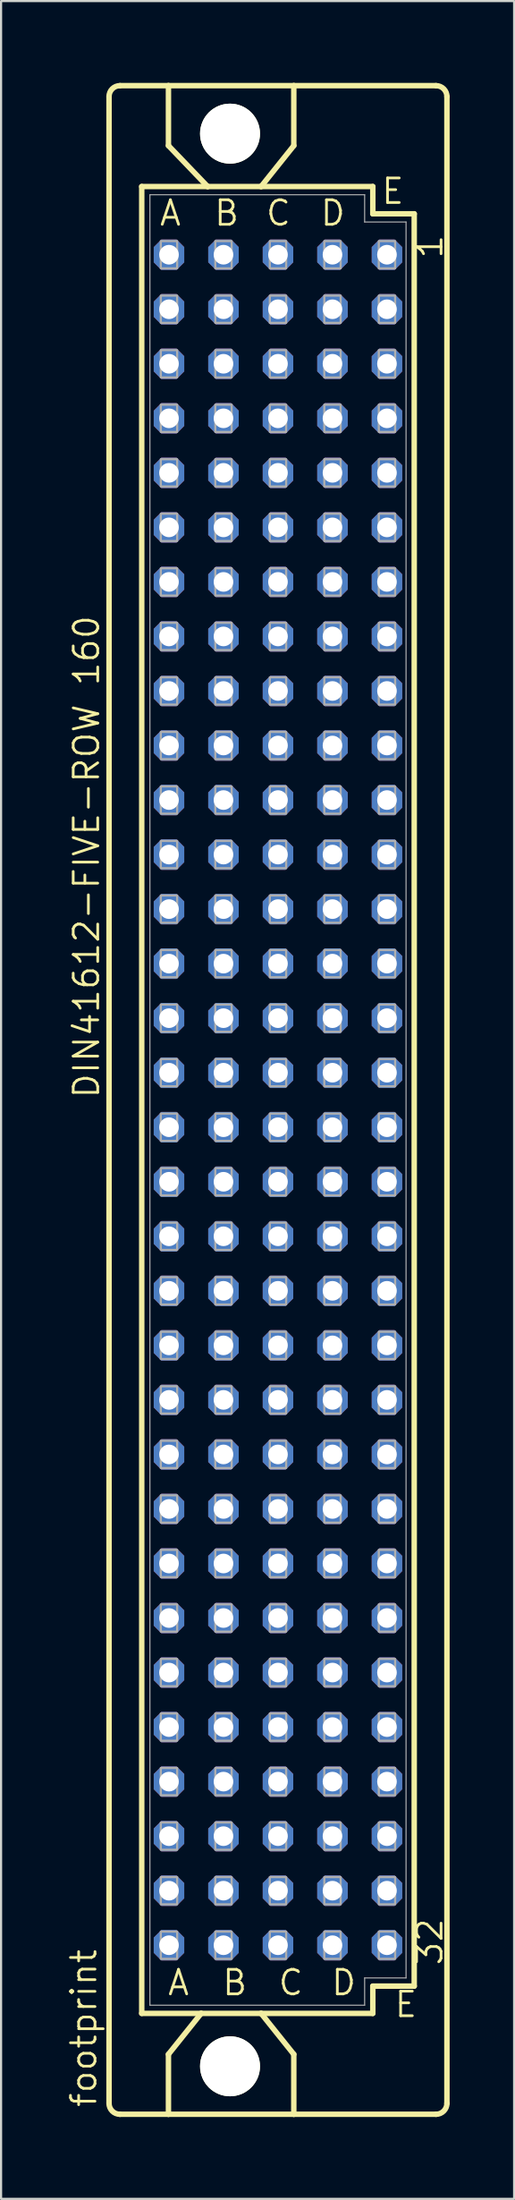
<source format=kicad_pcb>
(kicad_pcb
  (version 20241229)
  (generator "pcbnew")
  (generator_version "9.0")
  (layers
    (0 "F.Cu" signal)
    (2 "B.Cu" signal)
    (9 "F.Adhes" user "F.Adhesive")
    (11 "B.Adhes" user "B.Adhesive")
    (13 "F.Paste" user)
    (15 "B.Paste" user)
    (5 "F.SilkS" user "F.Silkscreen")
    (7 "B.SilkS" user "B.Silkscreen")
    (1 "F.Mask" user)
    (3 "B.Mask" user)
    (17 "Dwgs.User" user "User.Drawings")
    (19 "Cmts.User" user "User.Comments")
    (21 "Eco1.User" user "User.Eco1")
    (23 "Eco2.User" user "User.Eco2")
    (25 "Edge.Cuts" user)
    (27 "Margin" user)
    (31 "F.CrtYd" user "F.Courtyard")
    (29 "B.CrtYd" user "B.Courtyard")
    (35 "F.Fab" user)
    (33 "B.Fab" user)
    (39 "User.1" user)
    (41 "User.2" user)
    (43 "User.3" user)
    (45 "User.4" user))
  (footprint "footprint"
    (layer "F.Cu")
    (at 7.366 48.184)
    (property "Reference" "footprint" (at -5.842 46.99 90) (layer "F.SilkS") (effects (font (size 1.143 1.143) (thickness 0.127)) (justify left bottom)))
    (fp_line (start -5.334 46.736) (end -5.334 -46.736) (stroke (width 0.254) (type solid)) (layer "F.SilkS"))
    (fp_line (start -4.826 -47.244) (end -2.565 -47.244) (stroke (width 0.254) (type solid)) (layer "F.SilkS"))
    (fp_line (start -4.826 47.244) (end -2.565 47.244) (stroke (width 0.254) (type solid)) (layer "F.SilkS"))
    (fp_line (start -3.81 -42.545) (end -3.81 42.545) (stroke (width 0.254) (type solid)) (layer "F.SilkS"))
    (fp_line (start -3.81 42.545) (end -1.041 42.545) (stroke (width 0.254) (type solid)) (layer "F.SilkS"))
    (fp_line (start -2.565 -47.244) (end -2.565 -44.45) (stroke (width 0.254) (type solid)) (layer "F.SilkS"))
    (fp_line (start -2.565 47.244) (end -2.565 44.45) (stroke (width 0.254) (type solid)) (layer "F.SilkS"))
    (fp_line (start -2.565 47.244) (end 3.277 47.244) (stroke (width 0.254) (type solid)) (layer "F.SilkS"))
    (fp_line (start -1.041 42.545) (end -2.565 44.45) (stroke (width 0.254) (type solid)) (layer "F.SilkS"))
    (fp_line (start -1.041 42.545) (end 1.753 42.545) (stroke (width 0.254) (type solid)) (layer "F.SilkS"))
    (fp_line (start -0.737 -42.545) (end -3.81 -42.545) (stroke (width 0.254) (type solid)) (layer "F.SilkS"))
    (fp_line (start -0.737 -42.545) (end -2.565 -44.45) (stroke (width 0.254) (type solid)) (layer "F.SilkS"))
    (fp_line (start 1.753 -42.545) (end -0.737 -42.545) (stroke (width 0.254) (type solid)) (layer "F.SilkS"))
    (fp_line (start 1.753 -42.545) (end 3.277 -44.45) (stroke (width 0.254) (type solid)) (layer "F.SilkS"))
    (fp_line (start 1.753 42.545) (end 3.277 44.45) (stroke (width 0.254) (type solid)) (layer "F.SilkS"))
    (fp_line (start 1.753 42.545) (end 6.96 42.545) (stroke (width 0.254) (type solid)) (layer "F.SilkS"))
    (fp_line (start 3.277 -47.244) (end -2.565 -47.244) (stroke (width 0.254) (type solid)) (layer "F.SilkS"))
    (fp_line (start 3.277 -47.244) (end 3.277 -44.45) (stroke (width 0.254) (type solid)) (layer "F.SilkS"))
    (fp_line (start 3.277 47.244) (end 3.277 44.45) (stroke (width 0.254) (type solid)) (layer "F.SilkS"))
    (fp_line (start 3.277 47.244) (end 9.906 47.244) (stroke (width 0.254) (type solid)) (layer "F.SilkS"))
    (fp_line (start 6.96 -42.545) (end 1.753 -42.545) (stroke (width 0.254) (type solid)) (layer "F.SilkS"))
    (fp_line (start 6.96 -41.275) (end 6.96 -42.545) (stroke (width 0.254) (type solid)) (layer "F.SilkS"))
    (fp_line (start 6.96 41.275) (end 8.89 41.275) (stroke (width 0.254) (type solid)) (layer "F.SilkS"))
    (fp_line (start 6.96 42.545) (end 6.96 41.275) (stroke (width 0.254) (type solid)) (layer "F.SilkS"))
    (fp_line (start 8.89 -41.275) (end 6.96 -41.275) (stroke (width 0.254) (type solid)) (layer "F.SilkS"))
    (fp_line (start 8.89 41.275) (end 8.89 -41.275) (stroke (width 0.254) (type solid)) (layer "F.SilkS"))
    (fp_line (start 9.906 -47.244) (end 3.277 -47.244) (stroke (width 0.254) (type solid)) (layer "F.SilkS"))
    (fp_line (start 10.414 46.736) (end 10.414 -46.736) (stroke (width 0.254) (type solid)) (layer "F.SilkS"))
    (fp_arc (start -5.334 -46.736) (mid -5.18521 -47.09521) (end -4.826 -47.244) (stroke (width 0.254) (type solid)) (layer "F.SilkS"))
    (fp_arc (start -4.826 47.244) (mid -5.18521 47.09521) (end -5.334 46.736) (stroke (width 0.254) (type solid)) (layer "F.SilkS"))
    (fp_arc (start 9.906 -47.244) (mid 10.26521 -47.09521) (end 10.414 -46.736) (stroke (width 0.254) (type solid)) (layer "F.SilkS"))
    (fp_arc (start 10.414 46.736) (mid 10.26521 47.09521) (end 9.906 47.244) (stroke (width 0.254) (type solid)) (layer "F.SilkS"))
    (fp_circle (center 0.305 -45.009) (end 1.575 -45.009) (stroke (width 0.254) (type solid)) (fill no) (layer "F.SilkS"))
    (fp_circle (center 0.305 45.009) (end 1.575 45.009) (stroke (width 0.254) (type solid)) (fill no) (layer "F.SilkS"))
    (fp_line (start -3.429 -42.164) (end -3.429 42.164) (stroke (width 0.051) (type solid)) (layer "F.Fab"))
    (fp_line (start -3.429 -42.164) (end 6.579 -42.164) (stroke (width 0.051) (type solid)) (layer "F.Fab"))
    (fp_line (start -3.429 42.164) (end 6.579 42.164) (stroke (width 0.051) (type solid)) (layer "F.Fab"))
    (fp_line (start 6.579 -42.164) (end 6.579 -40.894) (stroke (width 0.051) (type solid)) (layer "F.Fab"))
    (fp_line (start 6.579 -40.894) (end 8.509 -40.894) (stroke (width 0.051) (type solid)) (layer "F.Fab"))
    (fp_line (start 6.579 40.894) (end 8.509 40.894) (stroke (width 0.051) (type solid)) (layer "F.Fab"))
    (fp_line (start 6.579 42.164) (end 6.579 40.894) (stroke (width 0.051) (type solid)) (layer "F.Fab"))
    (fp_line (start 8.509 -40.894) (end 8.509 40.894) (stroke (width 0.051) (type solid)) (layer "F.Fab"))
    (fp_poly (pts (xy -2.921 -38.735) (xy -2.159 -38.735) (xy -2.159 -40.005) (xy -2.921 -40.005)) (stroke (width 0.1) (type solid)) (fill no) (layer "F.Fab"))
    (fp_poly (pts (xy -2.921 -36.195) (xy -2.159 -36.195) (xy -2.159 -37.465) (xy -2.921 -37.465)) (stroke (width 0.1) (type solid)) (fill no) (layer "F.Fab"))
    (fp_poly (pts (xy -2.921 -33.655) (xy -2.159 -33.655) (xy -2.159 -34.925) (xy -2.921 -34.925)) (stroke (width 0.1) (type solid)) (fill no) (layer "F.Fab"))
    (fp_poly (pts (xy -2.921 -31.115) (xy -2.159 -31.115) (xy -2.159 -32.385) (xy -2.921 -32.385)) (stroke (width 0.1) (type solid)) (fill no) (layer "F.Fab"))
    (fp_poly (pts (xy -2.921 -28.575) (xy -2.159 -28.575) (xy -2.159 -29.845) (xy -2.921 -29.845)) (stroke (width 0.1) (type solid)) (fill no) (layer "F.Fab"))
    (fp_poly (pts (xy -2.921 -26.035) (xy -2.159 -26.035) (xy -2.159 -27.305) (xy -2.921 -27.305)) (stroke (width 0.1) (type solid)) (fill no) (layer "F.Fab"))
    (fp_poly (pts (xy -2.921 -23.495) (xy -2.159 -23.495) (xy -2.159 -24.765) (xy -2.921 -24.765)) (stroke (width 0.1) (type solid)) (fill no) (layer "F.Fab"))
    (fp_poly (pts (xy -2.921 -20.955) (xy -2.159 -20.955) (xy -2.159 -22.225) (xy -2.921 -22.225)) (stroke (width 0.1) (type solid)) (fill no) (layer "F.Fab"))
    (fp_poly (pts (xy -2.921 -18.415) (xy -2.159 -18.415) (xy -2.159 -19.685) (xy -2.921 -19.685)) (stroke (width 0.1) (type solid)) (fill no) (layer "F.Fab"))
    (fp_poly (pts (xy -2.921 -15.875) (xy -2.159 -15.875) (xy -2.159 -17.145) (xy -2.921 -17.145)) (stroke (width 0.1) (type solid)) (fill no) (layer "F.Fab"))
    (fp_poly (pts (xy -2.921 -13.335) (xy -2.159 -13.335) (xy -2.159 -14.605) (xy -2.921 -14.605)) (stroke (width 0.1) (type solid)) (fill no) (layer "F.Fab"))
    (fp_poly (pts (xy -2.921 -10.795) (xy -2.159 -10.795) (xy -2.159 -12.065) (xy -2.921 -12.065)) (stroke (width 0.1) (type solid)) (fill no) (layer "F.Fab"))
    (fp_poly (pts (xy -2.921 -8.255) (xy -2.159 -8.255) (xy -2.159 -9.525) (xy -2.921 -9.525)) (stroke (width 0.1) (type solid)) (fill no) (layer "F.Fab"))
    (fp_poly (pts (xy -2.921 -5.715) (xy -2.159 -5.715) (xy -2.159 -6.985) (xy -2.921 -6.985)) (stroke (width 0.1) (type solid)) (fill no) (layer "F.Fab"))
    (fp_poly (pts (xy -2.921 -3.175) (xy -2.159 -3.175) (xy -2.159 -4.445) (xy -2.921 -4.445)) (stroke (width 0.1) (type solid)) (fill no) (layer "F.Fab"))
    (fp_poly (pts (xy -2.921 -0.635) (xy -2.159 -0.635) (xy -2.159 -1.905) (xy -2.921 -1.905)) (stroke (width 0.1) (type solid)) (fill no) (layer "F.Fab"))
    (fp_poly (pts (xy -2.921 1.905) (xy -2.159 1.905) (xy -2.159 0.635) (xy -2.921 0.635)) (stroke (width 0.1) (type solid)) (fill no) (layer "F.Fab"))
    (fp_poly (pts (xy -2.921 4.445) (xy -2.159 4.445) (xy -2.159 3.175) (xy -2.921 3.175)) (stroke (width 0.1) (type solid)) (fill no) (layer "F.Fab"))
    (fp_poly (pts (xy -2.921 6.985) (xy -2.159 6.985) (xy -2.159 5.715) (xy -2.921 5.715)) (stroke (width 0.1) (type solid)) (fill no) (layer "F.Fab"))
    (fp_poly (pts (xy -2.921 9.525) (xy -2.159 9.525) (xy -2.159 8.255) (xy -2.921 8.255)) (stroke (width 0.1) (type solid)) (fill no) (layer "F.Fab"))
    (fp_poly (pts (xy -2.921 12.065) (xy -2.159 12.065) (xy -2.159 10.795) (xy -2.921 10.795)) (stroke (width 0.1) (type solid)) (fill no) (layer "F.Fab"))
    (fp_poly (pts (xy -2.921 14.605) (xy -2.159 14.605) (xy -2.159 13.335) (xy -2.921 13.335)) (stroke (width 0.1) (type solid)) (fill no) (layer "F.Fab"))
    (fp_poly (pts (xy -2.921 17.145) (xy -2.159 17.145) (xy -2.159 15.875) (xy -2.921 15.875)) (stroke (width 0.1) (type solid)) (fill no) (layer "F.Fab"))
    (fp_poly (pts (xy -2.921 19.685) (xy -2.159 19.685) (xy -2.159 18.415) (xy -2.921 18.415)) (stroke (width 0.1) (type solid)) (fill no) (layer "F.Fab"))
    (fp_poly (pts (xy -2.921 22.225) (xy -2.159 22.225) (xy -2.159 20.955) (xy -2.921 20.955)) (stroke (width 0.1) (type solid)) (fill no) (layer "F.Fab"))
    (fp_poly (pts (xy -2.921 24.765) (xy -2.159 24.765) (xy -2.159 23.495) (xy -2.921 23.495)) (stroke (width 0.1) (type solid)) (fill no) (layer "F.Fab"))
    (fp_poly (pts (xy -2.921 27.305) (xy -2.159 27.305) (xy -2.159 26.035) (xy -2.921 26.035)) (stroke (width 0.1) (type solid)) (fill no) (layer "F.Fab"))
    (fp_poly (pts (xy -2.921 29.845) (xy -2.159 29.845) (xy -2.159 28.575) (xy -2.921 28.575)) (stroke (width 0.1) (type solid)) (fill no) (layer "F.Fab"))
    (fp_poly (pts (xy -2.921 32.385) (xy -2.159 32.385) (xy -2.159 31.115) (xy -2.921 31.115)) (stroke (width 0.1) (type solid)) (fill no) (layer "F.Fab"))
    (fp_poly (pts (xy -2.921 34.925) (xy -2.159 34.925) (xy -2.159 33.655) (xy -2.921 33.655)) (stroke (width 0.1) (type solid)) (fill no) (layer "F.Fab"))
    (fp_poly (pts (xy -2.921 37.465) (xy -2.159 37.465) (xy -2.159 36.195) (xy -2.921 36.195)) (stroke (width 0.1) (type solid)) (fill no) (layer "F.Fab"))
    (fp_poly (pts (xy -2.921 40.005) (xy -2.159 40.005) (xy -2.159 38.735) (xy -2.921 38.735)) (stroke (width 0.1) (type solid)) (fill no) (layer "F.Fab"))
    (fp_poly (pts (xy -0.381 -38.735) (xy 0.381 -38.735) (xy 0.381 -40.005) (xy -0.381 -40.005)) (stroke (width 0.1) (type solid)) (fill no) (layer "F.Fab"))
    (fp_poly (pts (xy -0.381 -36.195) (xy 0.381 -36.195) (xy 0.381 -37.465) (xy -0.381 -37.465)) (stroke (width 0.1) (type solid)) (fill no) (layer "F.Fab"))
    (fp_poly (pts (xy -0.381 -33.655) (xy 0.381 -33.655) (xy 0.381 -34.925) (xy -0.381 -34.925)) (stroke (width 0.1) (type solid)) (fill no) (layer "F.Fab"))
    (fp_poly (pts (xy -0.381 -31.115) (xy 0.381 -31.115) (xy 0.381 -32.385) (xy -0.381 -32.385)) (stroke (width 0.1) (type solid)) (fill no) (layer "F.Fab"))
    (fp_poly (pts (xy -0.381 -28.575) (xy 0.381 -28.575) (xy 0.381 -29.845) (xy -0.381 -29.845)) (stroke (width 0.1) (type solid)) (fill no) (layer "F.Fab"))
    (fp_poly (pts (xy -0.381 -26.035) (xy 0.381 -26.035) (xy 0.381 -27.305) (xy -0.381 -27.305)) (stroke (width 0.1) (type solid)) (fill no) (layer "F.Fab"))
    (fp_poly (pts (xy -0.381 -23.495) (xy 0.381 -23.495) (xy 0.381 -24.765) (xy -0.381 -24.765)) (stroke (width 0.1) (type solid)) (fill no) (layer "F.Fab"))
    (fp_poly (pts (xy -0.381 -20.955) (xy 0.381 -20.955) (xy 0.381 -22.225) (xy -0.381 -22.225)) (stroke (width 0.1) (type solid)) (fill no) (layer "F.Fab"))
    (fp_poly (pts (xy -0.381 -18.415) (xy 0.381 -18.415) (xy 0.381 -19.685) (xy -0.381 -19.685)) (stroke (width 0.1) (type solid)) (fill no) (layer "F.Fab"))
    (fp_poly (pts (xy -0.381 -15.875) (xy 0.381 -15.875) (xy 0.381 -17.145) (xy -0.381 -17.145)) (stroke (width 0.1) (type solid)) (fill no) (layer "F.Fab"))
    (fp_poly (pts (xy -0.381 -13.335) (xy 0.381 -13.335) (xy 0.381 -14.605) (xy -0.381 -14.605)) (stroke (width 0.1) (type solid)) (fill no) (layer "F.Fab"))
    (fp_poly (pts (xy -0.381 -10.795) (xy 0.381 -10.795) (xy 0.381 -12.065) (xy -0.381 -12.065)) (stroke (width 0.1) (type solid)) (fill no) (layer "F.Fab"))
    (fp_poly (pts (xy -0.381 -8.255) (xy 0.381 -8.255) (xy 0.381 -9.525) (xy -0.381 -9.525)) (stroke (width 0.1) (type solid)) (fill no) (layer "F.Fab"))
    (fp_poly (pts (xy -0.381 -5.715) (xy 0.381 -5.715) (xy 0.381 -6.985) (xy -0.381 -6.985)) (stroke (width 0.1) (type solid)) (fill no) (layer "F.Fab"))
    (fp_poly (pts (xy -0.381 -3.175) (xy 0.381 -3.175) (xy 0.381 -4.445) (xy -0.381 -4.445)) (stroke (width 0.1) (type solid)) (fill no) (layer "F.Fab"))
    (fp_poly (pts (xy -0.381 -0.635) (xy 0.381 -0.635) (xy 0.381 -1.905) (xy -0.381 -1.905)) (stroke (width 0.1) (type solid)) (fill no) (layer "F.Fab"))
    (fp_poly (pts (xy -0.381 1.905) (xy 0.381 1.905) (xy 0.381 0.635) (xy -0.381 0.635)) (stroke (width 0.1) (type solid)) (fill no) (layer "F.Fab"))
    (fp_poly (pts (xy -0.381 4.445) (xy 0.381 4.445) (xy 0.381 3.175) (xy -0.381 3.175)) (stroke (width 0.1) (type solid)) (fill no) (layer "F.Fab"))
    (fp_poly (pts (xy -0.381 6.985) (xy 0.381 6.985) (xy 0.381 5.715) (xy -0.381 5.715)) (stroke (width 0.1) (type solid)) (fill no) (layer "F.Fab"))
    (fp_poly (pts (xy -0.381 9.525) (xy 0.381 9.525) (xy 0.381 8.255) (xy -0.381 8.255)) (stroke (width 0.1) (type solid)) (fill no) (layer "F.Fab"))
    (fp_poly (pts (xy -0.381 12.065) (xy 0.381 12.065) (xy 0.381 10.795) (xy -0.381 10.795)) (stroke (width 0.1) (type solid)) (fill no) (layer "F.Fab"))
    (fp_poly (pts (xy -0.381 14.605) (xy 0.381 14.605) (xy 0.381 13.335) (xy -0.381 13.335)) (stroke (width 0.1) (type solid)) (fill no) (layer "F.Fab"))
    (fp_poly (pts (xy -0.381 17.145) (xy 0.381 17.145) (xy 0.381 15.875) (xy -0.381 15.875)) (stroke (width 0.1) (type solid)) (fill no) (layer "F.Fab"))
    (fp_poly (pts (xy -0.381 19.685) (xy 0.381 19.685) (xy 0.381 18.415) (xy -0.381 18.415)) (stroke (width 0.1) (type solid)) (fill no) (layer "F.Fab"))
    (fp_poly (pts (xy -0.381 22.225) (xy 0.381 22.225) (xy 0.381 20.955) (xy -0.381 20.955)) (stroke (width 0.1) (type solid)) (fill no) (layer "F.Fab"))
    (fp_poly (pts (xy -0.381 24.765) (xy 0.381 24.765) (xy 0.381 23.495) (xy -0.381 23.495)) (stroke (width 0.1) (type solid)) (fill no) (layer "F.Fab"))
    (fp_poly (pts (xy -0.381 27.305) (xy 0.381 27.305) (xy 0.381 26.035) (xy -0.381 26.035)) (stroke (width 0.1) (type solid)) (fill no) (layer "F.Fab"))
    (fp_poly (pts (xy -0.381 29.845) (xy 0.381 29.845) (xy 0.381 28.575) (xy -0.381 28.575)) (stroke (width 0.1) (type solid)) (fill no) (layer "F.Fab"))
    (fp_poly (pts (xy -0.381 32.385) (xy 0.381 32.385) (xy 0.381 31.115) (xy -0.381 31.115)) (stroke (width 0.1) (type solid)) (fill no) (layer "F.Fab"))
    (fp_poly (pts (xy -0.381 34.925) (xy 0.381 34.925) (xy 0.381 33.655) (xy -0.381 33.655)) (stroke (width 0.1) (type solid)) (fill no) (layer "F.Fab"))
    (fp_poly (pts (xy -0.381 37.465) (xy 0.381 37.465) (xy 0.381 36.195) (xy -0.381 36.195)) (stroke (width 0.1) (type solid)) (fill no) (layer "F.Fab"))
    (fp_poly (pts (xy -0.381 40.005) (xy 0.381 40.005) (xy 0.381 38.735) (xy -0.381 38.735)) (stroke (width 0.1) (type solid)) (fill no) (layer "F.Fab"))
    (fp_poly (pts (xy 2.159 -38.735) (xy 2.921 -38.735) (xy 2.921 -40.005) (xy 2.159 -40.005)) (stroke (width 0.1) (type solid)) (fill no) (layer "F.Fab"))
    (fp_poly (pts (xy 2.159 -36.195) (xy 2.921 -36.195) (xy 2.921 -37.465) (xy 2.159 -37.465)) (stroke (width 0.1) (type solid)) (fill no) (layer "F.Fab"))
    (fp_poly (pts (xy 2.159 -33.655) (xy 2.921 -33.655) (xy 2.921 -34.925) (xy 2.159 -34.925)) (stroke (width 0.1) (type solid)) (fill no) (layer "F.Fab"))
    (fp_poly (pts (xy 2.159 -31.115) (xy 2.921 -31.115) (xy 2.921 -32.385) (xy 2.159 -32.385)) (stroke (width 0.1) (type solid)) (fill no) (layer "F.Fab"))
    (fp_poly (pts (xy 2.159 -28.575) (xy 2.921 -28.575) (xy 2.921 -29.845) (xy 2.159 -29.845)) (stroke (width 0.1) (type solid)) (fill no) (layer "F.Fab"))
    (fp_poly (pts (xy 2.159 -26.035) (xy 2.921 -26.035) (xy 2.921 -27.305) (xy 2.159 -27.305)) (stroke (width 0.1) (type solid)) (fill no) (layer "F.Fab"))
    (fp_poly (pts (xy 2.159 -23.495) (xy 2.921 -23.495) (xy 2.921 -24.765) (xy 2.159 -24.765)) (stroke (width 0.1) (type solid)) (fill no) (layer "F.Fab"))
    (fp_poly (pts (xy 2.159 -20.955) (xy 2.921 -20.955) (xy 2.921 -22.225) (xy 2.159 -22.225)) (stroke (width 0.1) (type solid)) (fill no) (layer "F.Fab"))
    (fp_poly (pts (xy 2.159 -18.415) (xy 2.921 -18.415) (xy 2.921 -19.685) (xy 2.159 -19.685)) (stroke (width 0.1) (type solid)) (fill no) (layer "F.Fab"))
    (fp_poly (pts (xy 2.159 -15.875) (xy 2.921 -15.875) (xy 2.921 -17.145) (xy 2.159 -17.145)) (stroke (width 0.1) (type solid)) (fill no) (layer "F.Fab"))
    (fp_poly (pts (xy 2.159 -13.335) (xy 2.921 -13.335) (xy 2.921 -14.605) (xy 2.159 -14.605)) (stroke (width 0.1) (type solid)) (fill no) (layer "F.Fab"))
    (fp_poly (pts (xy 2.159 -10.795) (xy 2.921 -10.795) (xy 2.921 -12.065) (xy 2.159 -12.065)) (stroke (width 0.1) (type solid)) (fill no) (layer "F.Fab"))
    (fp_poly (pts (xy 2.159 -8.255) (xy 2.921 -8.255) (xy 2.921 -9.525) (xy 2.159 -9.525)) (stroke (width 0.1) (type solid)) (fill no) (layer "F.Fab"))
    (fp_poly (pts (xy 2.159 -5.715) (xy 2.921 -5.715) (xy 2.921 -6.985) (xy 2.159 -6.985)) (stroke (width 0.1) (type solid)) (fill no) (layer "F.Fab"))
    (fp_poly (pts (xy 2.159 -3.175) (xy 2.921 -3.175) (xy 2.921 -4.445) (xy 2.159 -4.445)) (stroke (width 0.1) (type solid)) (fill no) (layer "F.Fab"))
    (fp_poly (pts (xy 2.159 -0.635) (xy 2.921 -0.635) (xy 2.921 -1.905) (xy 2.159 -1.905)) (stroke (width 0.1) (type solid)) (fill no) (layer "F.Fab"))
    (fp_poly (pts (xy 2.159 1.905) (xy 2.921 1.905) (xy 2.921 0.635) (xy 2.159 0.635)) (stroke (width 0.1) (type solid)) (fill no) (layer "F.Fab"))
    (fp_poly (pts (xy 2.159 4.445) (xy 2.921 4.445) (xy 2.921 3.175) (xy 2.159 3.175)) (stroke (width 0.1) (type solid)) (fill no) (layer "F.Fab"))
    (fp_poly (pts (xy 2.159 6.985) (xy 2.921 6.985) (xy 2.921 5.715) (xy 2.159 5.715)) (stroke (width 0.1) (type solid)) (fill no) (layer "F.Fab"))
    (fp_poly (pts (xy 2.159 9.525) (xy 2.921 9.525) (xy 2.921 8.255) (xy 2.159 8.255)) (stroke (width 0.1) (type solid)) (fill no) (layer "F.Fab"))
    (fp_poly (pts (xy 2.159 12.065) (xy 2.921 12.065) (xy 2.921 10.795) (xy 2.159 10.795)) (stroke (width 0.1) (type solid)) (fill no) (layer "F.Fab"))
    (fp_poly (pts (xy 2.159 14.605) (xy 2.921 14.605) (xy 2.921 13.335) (xy 2.159 13.335)) (stroke (width 0.1) (type solid)) (fill no) (layer "F.Fab"))
    (fp_poly (pts (xy 2.159 17.145) (xy 2.921 17.145) (xy 2.921 15.875) (xy 2.159 15.875)) (stroke (width 0.1) (type solid)) (fill no) (layer "F.Fab"))
    (fp_poly (pts (xy 2.159 19.685) (xy 2.921 19.685) (xy 2.921 18.415) (xy 2.159 18.415)) (stroke (width 0.1) (type solid)) (fill no) (layer "F.Fab"))
    (fp_poly (pts (xy 2.159 22.225) (xy 2.921 22.225) (xy 2.921 20.955) (xy 2.159 20.955)) (stroke (width 0.1) (type solid)) (fill no) (layer "F.Fab"))
    (fp_poly (pts (xy 2.159 24.765) (xy 2.921 24.765) (xy 2.921 23.495) (xy 2.159 23.495)) (stroke (width 0.1) (type solid)) (fill no) (layer "F.Fab"))
    (fp_poly (pts (xy 2.159 27.305) (xy 2.921 27.305) (xy 2.921 26.035) (xy 2.159 26.035)) (stroke (width 0.1) (type solid)) (fill no) (layer "F.Fab"))
    (fp_poly (pts (xy 2.159 29.845) (xy 2.921 29.845) (xy 2.921 28.575) (xy 2.159 28.575)) (stroke (width 0.1) (type solid)) (fill no) (layer "F.Fab"))
    (fp_poly (pts (xy 2.159 32.385) (xy 2.921 32.385) (xy 2.921 31.115) (xy 2.159 31.115)) (stroke (width 0.1) (type solid)) (fill no) (layer "F.Fab"))
    (fp_poly (pts (xy 2.159 34.925) (xy 2.921 34.925) (xy 2.921 33.655) (xy 2.159 33.655)) (stroke (width 0.1) (type solid)) (fill no) (layer "F.Fab"))
    (fp_poly (pts (xy 2.159 37.465) (xy 2.921 37.465) (xy 2.921 36.195) (xy 2.159 36.195)) (stroke (width 0.1) (type solid)) (fill no) (layer "F.Fab"))
    (fp_poly (pts (xy 2.159 40.005) (xy 2.921 40.005) (xy 2.921 38.735) (xy 2.159 38.735)) (stroke (width 0.1) (type solid)) (fill no) (layer "F.Fab"))
    (fp_poly (pts (xy 4.699 -38.735) (xy 5.461 -38.735) (xy 5.461 -40.005) (xy 4.699 -40.005)) (stroke (width 0.1) (type solid)) (fill no) (layer "F.Fab"))
    (fp_poly (pts (xy 4.699 -36.195) (xy 5.461 -36.195) (xy 5.461 -37.465) (xy 4.699 -37.465)) (stroke (width 0.1) (type solid)) (fill no) (layer "F.Fab"))
    (fp_poly (pts (xy 4.699 -33.655) (xy 5.461 -33.655) (xy 5.461 -34.925) (xy 4.699 -34.925)) (stroke (width 0.1) (type solid)) (fill no) (layer "F.Fab"))
    (fp_poly (pts (xy 4.699 -31.115) (xy 5.461 -31.115) (xy 5.461 -32.385) (xy 4.699 -32.385)) (stroke (width 0.1) (type solid)) (fill no) (layer "F.Fab"))
    (fp_poly (pts (xy 4.699 -28.575) (xy 5.461 -28.575) (xy 5.461 -29.845) (xy 4.699 -29.845)) (stroke (width 0.1) (type solid)) (fill no) (layer "F.Fab"))
    (fp_poly (pts (xy 4.699 -26.035) (xy 5.461 -26.035) (xy 5.461 -27.305) (xy 4.699 -27.305)) (stroke (width 0.1) (type solid)) (fill no) (layer "F.Fab"))
    (fp_poly (pts (xy 4.699 -23.495) (xy 5.461 -23.495) (xy 5.461 -24.765) (xy 4.699 -24.765)) (stroke (width 0.1) (type solid)) (fill no) (layer "F.Fab"))
    (fp_poly (pts (xy 4.699 -20.955) (xy 5.461 -20.955) (xy 5.461 -22.225) (xy 4.699 -22.225)) (stroke (width 0.1) (type solid)) (fill no) (layer "F.Fab"))
    (fp_poly (pts (xy 4.699 -18.415) (xy 5.461 -18.415) (xy 5.461 -19.685) (xy 4.699 -19.685)) (stroke (width 0.1) (type solid)) (fill no) (layer "F.Fab"))
    (fp_poly (pts (xy 4.699 -15.875) (xy 5.461 -15.875) (xy 5.461 -17.145) (xy 4.699 -17.145)) (stroke (width 0.1) (type solid)) (fill no) (layer "F.Fab"))
    (fp_poly (pts (xy 4.699 -13.335) (xy 5.461 -13.335) (xy 5.461 -14.605) (xy 4.699 -14.605)) (stroke (width 0.1) (type solid)) (fill no) (layer "F.Fab"))
    (fp_poly (pts (xy 4.699 -10.795) (xy 5.461 -10.795) (xy 5.461 -12.065) (xy 4.699 -12.065)) (stroke (width 0.1) (type solid)) (fill no) (layer "F.Fab"))
    (fp_poly (pts (xy 4.699 -8.255) (xy 5.461 -8.255) (xy 5.461 -9.525) (xy 4.699 -9.525)) (stroke (width 0.1) (type solid)) (fill no) (layer "F.Fab"))
    (fp_poly (pts (xy 4.699 -5.715) (xy 5.461 -5.715) (xy 5.461 -6.985) (xy 4.699 -6.985)) (stroke (width 0.1) (type solid)) (fill no) (layer "F.Fab"))
    (fp_poly (pts (xy 4.699 -3.175) (xy 5.461 -3.175) (xy 5.461 -4.445) (xy 4.699 -4.445)) (stroke (width 0.1) (type solid)) (fill no) (layer "F.Fab"))
    (fp_poly (pts (xy 4.699 -0.635) (xy 5.461 -0.635) (xy 5.461 -1.905) (xy 4.699 -1.905)) (stroke (width 0.1) (type solid)) (fill no) (layer "F.Fab"))
    (fp_poly (pts (xy 4.699 1.905) (xy 5.461 1.905) (xy 5.461 0.635) (xy 4.699 0.635)) (stroke (width 0.1) (type solid)) (fill no) (layer "F.Fab"))
    (fp_poly (pts (xy 4.699 4.445) (xy 5.461 4.445) (xy 5.461 3.175) (xy 4.699 3.175)) (stroke (width 0.1) (type solid)) (fill no) (layer "F.Fab"))
    (fp_poly (pts (xy 4.699 6.985) (xy 5.461 6.985) (xy 5.461 5.715) (xy 4.699 5.715)) (stroke (width 0.1) (type solid)) (fill no) (layer "F.Fab"))
    (fp_poly (pts (xy 4.699 9.525) (xy 5.461 9.525) (xy 5.461 8.255) (xy 4.699 8.255)) (stroke (width 0.1) (type solid)) (fill no) (layer "F.Fab"))
    (fp_poly (pts (xy 4.699 12.065) (xy 5.461 12.065) (xy 5.461 10.795) (xy 4.699 10.795)) (stroke (width 0.1) (type solid)) (fill no) (layer "F.Fab"))
    (fp_poly (pts (xy 4.699 14.605) (xy 5.461 14.605) (xy 5.461 13.335) (xy 4.699 13.335)) (stroke (width 0.1) (type solid)) (fill no) (layer "F.Fab"))
    (fp_poly (pts (xy 4.699 17.145) (xy 5.461 17.145) (xy 5.461 15.875) (xy 4.699 15.875)) (stroke (width 0.1) (type solid)) (fill no) (layer "F.Fab"))
    (fp_poly (pts (xy 4.699 19.685) (xy 5.461 19.685) (xy 5.461 18.415) (xy 4.699 18.415)) (stroke (width 0.1) (type solid)) (fill no) (layer "F.Fab"))
    (fp_poly (pts (xy 4.699 22.225) (xy 5.461 22.225) (xy 5.461 20.955) (xy 4.699 20.955)) (stroke (width 0.1) (type solid)) (fill no) (layer "F.Fab"))
    (fp_poly (pts (xy 4.699 24.765) (xy 5.461 24.765) (xy 5.461 23.495) (xy 4.699 23.495)) (stroke (width 0.1) (type solid)) (fill no) (layer "F.Fab"))
    (fp_poly (pts (xy 4.699 27.305) (xy 5.461 27.305) (xy 5.461 26.035) (xy 4.699 26.035)) (stroke (width 0.1) (type solid)) (fill no) (layer "F.Fab"))
    (fp_poly (pts (xy 4.699 29.845) (xy 5.461 29.845) (xy 5.461 28.575) (xy 4.699 28.575)) (stroke (width 0.1) (type solid)) (fill no) (layer "F.Fab"))
    (fp_poly (pts (xy 4.699 32.385) (xy 5.461 32.385) (xy 5.461 31.115) (xy 4.699 31.115)) (stroke (width 0.1) (type solid)) (fill no) (layer "F.Fab"))
    (fp_poly (pts (xy 4.699 34.925) (xy 5.461 34.925) (xy 5.461 33.655) (xy 4.699 33.655)) (stroke (width 0.1) (type solid)) (fill no) (layer "F.Fab"))
    (fp_poly (pts (xy 4.699 37.465) (xy 5.461 37.465) (xy 5.461 36.195) (xy 4.699 36.195)) (stroke (width 0.1) (type solid)) (fill no) (layer "F.Fab"))
    (fp_poly (pts (xy 4.699 40.005) (xy 5.461 40.005) (xy 5.461 38.735) (xy 4.699 38.735)) (stroke (width 0.1) (type solid)) (fill no) (layer "F.Fab"))
    (fp_poly (pts (xy 7.239 -38.735) (xy 8.001 -38.735) (xy 8.001 -40.005) (xy 7.239 -40.005)) (stroke (width 0.1) (type solid)) (fill no) (layer "F.Fab"))
    (fp_poly (pts (xy 7.239 -36.195) (xy 8.001 -36.195) (xy 8.001 -37.465) (xy 7.239 -37.465)) (stroke (width 0.1) (type solid)) (fill no) (layer "F.Fab"))
    (fp_poly (pts (xy 7.239 -33.655) (xy 8.001 -33.655) (xy 8.001 -34.925) (xy 7.239 -34.925)) (stroke (width 0.1) (type solid)) (fill no) (layer "F.Fab"))
    (fp_poly (pts (xy 7.239 -31.115) (xy 8.001 -31.115) (xy 8.001 -32.385) (xy 7.239 -32.385)) (stroke (width 0.1) (type solid)) (fill no) (layer "F.Fab"))
    (fp_poly (pts (xy 7.239 -28.575) (xy 8.001 -28.575) (xy 8.001 -29.845) (xy 7.239 -29.845)) (stroke (width 0.1) (type solid)) (fill no) (layer "F.Fab"))
    (fp_poly (pts (xy 7.239 -26.035) (xy 8.001 -26.035) (xy 8.001 -27.305) (xy 7.239 -27.305)) (stroke (width 0.1) (type solid)) (fill no) (layer "F.Fab"))
    (fp_poly (pts (xy 7.239 -23.495) (xy 8.001 -23.495) (xy 8.001 -24.765) (xy 7.239 -24.765)) (stroke (width 0.1) (type solid)) (fill no) (layer "F.Fab"))
    (fp_poly (pts (xy 7.239 -20.955) (xy 8.001 -20.955) (xy 8.001 -22.225) (xy 7.239 -22.225)) (stroke (width 0.1) (type solid)) (fill no) (layer "F.Fab"))
    (fp_poly (pts (xy 7.239 -18.415) (xy 8.001 -18.415) (xy 8.001 -19.685) (xy 7.239 -19.685)) (stroke (width 0.1) (type solid)) (fill no) (layer "F.Fab"))
    (fp_poly (pts (xy 7.239 -15.875) (xy 8.001 -15.875) (xy 8.001 -17.145) (xy 7.239 -17.145)) (stroke (width 0.1) (type solid)) (fill no) (layer "F.Fab"))
    (fp_poly (pts (xy 7.239 -13.335) (xy 8.001 -13.335) (xy 8.001 -14.605) (xy 7.239 -14.605)) (stroke (width 0.1) (type solid)) (fill no) (layer "F.Fab"))
    (fp_poly (pts (xy 7.239 -10.795) (xy 8.001 -10.795) (xy 8.001 -12.065) (xy 7.239 -12.065)) (stroke (width 0.1) (type solid)) (fill no) (layer "F.Fab"))
    (fp_poly (pts (xy 7.239 -8.255) (xy 8.001 -8.255) (xy 8.001 -9.525) (xy 7.239 -9.525)) (stroke (width 0.1) (type solid)) (fill no) (layer "F.Fab"))
    (fp_poly (pts (xy 7.239 -5.715) (xy 8.001 -5.715) (xy 8.001 -6.985) (xy 7.239 -6.985)) (stroke (width 0.1) (type solid)) (fill no) (layer "F.Fab"))
    (fp_poly (pts (xy 7.239 -3.175) (xy 8.001 -3.175) (xy 8.001 -4.445) (xy 7.239 -4.445)) (stroke (width 0.1) (type solid)) (fill no) (layer "F.Fab"))
    (fp_poly (pts (xy 7.239 -0.635) (xy 8.001 -0.635) (xy 8.001 -1.905) (xy 7.239 -1.905)) (stroke (width 0.1) (type solid)) (fill no) (layer "F.Fab"))
    (fp_poly (pts (xy 7.239 1.905) (xy 8.001 1.905) (xy 8.001 0.635) (xy 7.239 0.635)) (stroke (width 0.1) (type solid)) (fill no) (layer "F.Fab"))
    (fp_poly (pts (xy 7.239 4.445) (xy 8.001 4.445) (xy 8.001 3.175) (xy 7.239 3.175)) (stroke (width 0.1) (type solid)) (fill no) (layer "F.Fab"))
    (fp_poly (pts (xy 7.239 6.985) (xy 8.001 6.985) (xy 8.001 5.715) (xy 7.239 5.715)) (stroke (width 0.1) (type solid)) (fill no) (layer "F.Fab"))
    (fp_poly (pts (xy 7.239 9.525) (xy 8.001 9.525) (xy 8.001 8.255) (xy 7.239 8.255)) (stroke (width 0.1) (type solid)) (fill no) (layer "F.Fab"))
    (fp_poly (pts (xy 7.239 12.065) (xy 8.001 12.065) (xy 8.001 10.795) (xy 7.239 10.795)) (stroke (width 0.1) (type solid)) (fill no) (layer "F.Fab"))
    (fp_poly (pts (xy 7.239 14.605) (xy 8.001 14.605) (xy 8.001 13.335) (xy 7.239 13.335)) (stroke (width 0.1) (type solid)) (fill no) (layer "F.Fab"))
    (fp_poly (pts (xy 7.239 17.145) (xy 8.001 17.145) (xy 8.001 15.875) (xy 7.239 15.875)) (stroke (width 0.1) (type solid)) (fill no) (layer "F.Fab"))
    (fp_poly (pts (xy 7.239 19.685) (xy 8.001 19.685) (xy 8.001 18.415) (xy 7.239 18.415)) (stroke (width 0.1) (type solid)) (fill no) (layer "F.Fab"))
    (fp_poly (pts (xy 7.239 22.225) (xy 8.001 22.225) (xy 8.001 20.955) (xy 7.239 20.955)) (stroke (width 0.1) (type solid)) (fill no) (layer "F.Fab"))
    (fp_poly (pts (xy 7.239 24.765) (xy 8.001 24.765) (xy 8.001 23.495) (xy 7.239 23.495)) (stroke (width 0.1) (type solid)) (fill no) (layer "F.Fab"))
    (fp_poly (pts (xy 7.239 27.305) (xy 8.001 27.305) (xy 8.001 26.035) (xy 7.239 26.035)) (stroke (width 0.1) (type solid)) (fill no) (layer "F.Fab"))
    (fp_poly (pts (xy 7.239 29.845) (xy 8.001 29.845) (xy 8.001 28.575) (xy 7.239 28.575)) (stroke (width 0.1) (type solid)) (fill no) (layer "F.Fab"))
    (fp_poly (pts (xy 7.239 32.385) (xy 8.001 32.385) (xy 8.001 31.115) (xy 7.239 31.115)) (stroke (width 0.1) (type solid)) (fill no) (layer "F.Fab"))
    (fp_poly (pts (xy 7.239 34.925) (xy 8.001 34.925) (xy 8.001 33.655) (xy 7.239 33.655)) (stroke (width 0.1) (type solid)) (fill no) (layer "F.Fab"))
    (fp_poly (pts (xy 7.239 37.465) (xy 8.001 37.465) (xy 8.001 36.195) (xy 7.239 36.195)) (stroke (width 0.1) (type solid)) (fill no) (layer "F.Fab"))
    (fp_poly (pts (xy 7.239 40.005) (xy 8.001 40.005) (xy 8.001 38.735) (xy 7.239 38.735)) (stroke (width 0.1) (type solid)) (fill no) (layer "F.Fab"))
    (fp_text user "E" (at 7.29 -41.656 0) (layer "F.SilkS") (effects (font (size 1.143 1.143) (thickness 0.127)) (justify left bottom)))
    (fp_text user " E " (at 7.03 42.799 0) (layer "F.SilkS") (effects (font (size 1.143 1.143) (thickness 0.127)) (justify left bottom)))
    (fp_text user " C " (at 1.613 41.783 0) (layer "F.SilkS") (effects (font (size 1.143 1.143) (thickness 0.127)) (justify left bottom)))
    (fp_text user "D" (at 4.445 -40.64 0) (layer "F.SilkS") (effects (font (size 1.143 1.143) (thickness 0.127)) (justify left bottom)))
    (fp_text user "1" (at 10.287 -39.116 90) (layer "F.SilkS") (effects (font (size 1.143 1.143) (thickness 0.127)) (justify left bottom)))
    (fp_text user "C" (at 1.905 -40.64 0) (layer "F.SilkS") (effects (font (size 1.143 1.143) (thickness 0.127)) (justify left bottom)))
    (fp_text user "DIN41612-FIVE-ROW 160" (at -5.715 0 90) (layer "F.SilkS") (effects (font (size 1.143 1.143) (thickness 0.127)) (justify left bottom)))
    (fp_text user " A " (at -3.54 41.783 0) (layer "F.SilkS") (effects (font (size 1.143 1.143) (thickness 0.127)) (justify left bottom)))
    (fp_text user " D " (at 4.08 41.783 0) (layer "F.SilkS") (effects (font (size 1.143 1.143) (thickness 0.127)) (justify left bottom)))
    (fp_text user "A" (at -3.048 -40.64 0) (layer "F.SilkS") (effects (font (size 1.143 1.143) (thickness 0.127)) (justify left bottom)))
    (fp_text user "32" (at 10.287 40.386 90) (layer "F.SilkS") (effects (font (size 1.143 1.143) (thickness 0.127)) (justify left bottom)))
    (fp_text user "B" (at -0.508 -40.64 0) (layer "F.SilkS") (effects (font (size 1.143 1.143) (thickness 0.127)) (justify left bottom)))
    (fp_text user " B " (at -1 41.783 0) (layer "F.SilkS") (effects (font (size 1.143 1.143) (thickness 0.127)) (justify left bottom)))
    (pad "" np_thru_hole circle (at 0.305 -45.009) (size 2.794 2.794) (drill 2.794) (layers "*.Cu" "*.Mask"))
    (pad "" np_thru_hole circle (at 0.305 45.009) (size 2.794 2.794) (drill 2.794) (layers "*.Cu" "*.Mask"))
    (pad "A1" thru_hole roundrect (at -2.54 -39.37) (size 1.422 1.422) (drill 0.914) (layers "*.Cu" "*.Mask") (roundrect_rratio 0.25) (chamfer_ratio 0.25) (chamfer top_left top_right bottom_left bottom_right))
    (pad "A2" thru_hole roundrect (at -2.54 -36.83) (size 1.422 1.422) (drill 0.914) (layers "*.Cu" "*.Mask") (roundrect_rratio 0.25) (chamfer_ratio 0.25) (chamfer top_left top_right bottom_left bottom_right))
    (pad "A3" thru_hole roundrect (at -2.54 -34.29) (size 1.422 1.422) (drill 0.914) (layers "*.Cu" "*.Mask") (roundrect_rratio 0.25) (chamfer_ratio 0.25) (chamfer top_left top_right bottom_left bottom_right))
    (pad "A4" thru_hole roundrect (at -2.54 -31.75) (size 1.422 1.422) (drill 0.914) (layers "*.Cu" "*.Mask") (roundrect_rratio 0.25) (chamfer_ratio 0.25) (chamfer top_left top_right bottom_left bottom_right))
    (pad "A5" thru_hole roundrect (at -2.54 -29.21) (size 1.422 1.422) (drill 0.914) (layers "*.Cu" "*.Mask") (roundrect_rratio 0.25) (chamfer_ratio 0.25) (chamfer top_left top_right bottom_left bottom_right))
    (pad "A6" thru_hole roundrect (at -2.54 -26.67) (size 1.422 1.422) (drill 0.914) (layers "*.Cu" "*.Mask") (roundrect_rratio 0.25) (chamfer_ratio 0.25) (chamfer top_left top_right bottom_left bottom_right))
    (pad "A7" thru_hole roundrect (at -2.54 -24.13) (size 1.422 1.422) (drill 0.914) (layers "*.Cu" "*.Mask") (roundrect_rratio 0.25) (chamfer_ratio 0.25) (chamfer top_left top_right bottom_left bottom_right))
    (pad "A8" thru_hole roundrect (at -2.54 -21.59) (size 1.422 1.422) (drill 0.914) (layers "*.Cu" "*.Mask") (roundrect_rratio 0.25) (chamfer_ratio 0.25) (chamfer top_left top_right bottom_left bottom_right))
    (pad "A9" thru_hole roundrect (at -2.54 -19.05) (size 1.422 1.422) (drill 0.914) (layers "*.Cu" "*.Mask") (roundrect_rratio 0.25) (chamfer_ratio 0.25) (chamfer top_left top_right bottom_left bottom_right))
    (pad "A10" thru_hole roundrect (at -2.54 -16.51) (size 1.422 1.422) (drill 0.914) (layers "*.Cu" "*.Mask") (roundrect_rratio 0.25) (chamfer_ratio 0.25) (chamfer top_left top_right bottom_left bottom_right))
    (pad "A11" thru_hole roundrect (at -2.54 -13.97) (size 1.422 1.422) (drill 0.914) (layers "*.Cu" "*.Mask") (roundrect_rratio 0.25) (chamfer_ratio 0.25) (chamfer top_left top_right bottom_left bottom_right))
    (pad "A12" thru_hole roundrect (at -2.54 -11.43) (size 1.422 1.422) (drill 0.914) (layers "*.Cu" "*.Mask") (roundrect_rratio 0.25) (chamfer_ratio 0.25) (chamfer top_left top_right bottom_left bottom_right))
    (pad "A13" thru_hole roundrect (at -2.54 -8.89) (size 1.422 1.422) (drill 0.914) (layers "*.Cu" "*.Mask") (roundrect_rratio 0.25) (chamfer_ratio 0.25) (chamfer top_left top_right bottom_left bottom_right))
    (pad "A14" thru_hole roundrect (at -2.54 -6.35) (size 1.422 1.422) (drill 0.914) (layers "*.Cu" "*.Mask") (roundrect_rratio 0.25) (chamfer_ratio 0.25) (chamfer top_left top_right bottom_left bottom_right))
    (pad "A15" thru_hole roundrect (at -2.54 -3.81) (size 1.422 1.422) (drill 0.914) (layers "*.Cu" "*.Mask") (roundrect_rratio 0.25) (chamfer_ratio 0.25) (chamfer top_left top_right bottom_left bottom_right))
    (pad "A16" thru_hole roundrect (at -2.54 -1.27) (size 1.422 1.422) (drill 0.914) (layers "*.Cu" "*.Mask") (roundrect_rratio 0.25) (chamfer_ratio 0.25) (chamfer top_left top_right bottom_left bottom_right))
    (pad "A17" thru_hole roundrect (at -2.54 1.27) (size 1.422 1.422) (drill 0.914) (layers "*.Cu" "*.Mask") (roundrect_rratio 0.25) (chamfer_ratio 0.25) (chamfer top_left top_right bottom_left bottom_right))
    (pad "A18" thru_hole roundrect (at -2.54 3.81) (size 1.422 1.422) (drill 0.914) (layers "*.Cu" "*.Mask") (roundrect_rratio 0.25) (chamfer_ratio 0.25) (chamfer top_left top_right bottom_left bottom_right))
    (pad "A19" thru_hole roundrect (at -2.54 6.35) (size 1.422 1.422) (drill 0.914) (layers "*.Cu" "*.Mask") (roundrect_rratio 0.25) (chamfer_ratio 0.25) (chamfer top_left top_right bottom_left bottom_right))
    (pad "A20" thru_hole roundrect (at -2.54 8.89) (size 1.422 1.422) (drill 0.914) (layers "*.Cu" "*.Mask") (roundrect_rratio 0.25) (chamfer_ratio 0.25) (chamfer top_left top_right bottom_left bottom_right))
    (pad "A21" thru_hole roundrect (at -2.54 11.43) (size 1.422 1.422) (drill 0.914) (layers "*.Cu" "*.Mask") (roundrect_rratio 0.25) (chamfer_ratio 0.25) (chamfer top_left top_right bottom_left bottom_right))
    (pad "A22" thru_hole roundrect (at -2.54 13.97) (size 1.422 1.422) (drill 0.914) (layers "*.Cu" "*.Mask") (roundrect_rratio 0.25) (chamfer_ratio 0.25) (chamfer top_left top_right bottom_left bottom_right))
    (pad "A23" thru_hole roundrect (at -2.54 16.51) (size 1.422 1.422) (drill 0.914) (layers "*.Cu" "*.Mask") (roundrect_rratio 0.25) (chamfer_ratio 0.25) (chamfer top_left top_right bottom_left bottom_right))
    (pad "A24" thru_hole roundrect (at -2.54 19.05) (size 1.422 1.422) (drill 0.914) (layers "*.Cu" "*.Mask") (roundrect_rratio 0.25) (chamfer_ratio 0.25) (chamfer top_left top_right bottom_left bottom_right))
    (pad "A25" thru_hole roundrect (at -2.54 21.59) (size 1.422 1.422) (drill 0.914) (layers "*.Cu" "*.Mask") (roundrect_rratio 0.25) (chamfer_ratio 0.25) (chamfer top_left top_right bottom_left bottom_right))
    (pad "A26" thru_hole roundrect (at -2.54 24.13) (size 1.422 1.422) (drill 0.914) (layers "*.Cu" "*.Mask") (roundrect_rratio 0.25) (chamfer_ratio 0.25) (chamfer top_left top_right bottom_left bottom_right))
    (pad "A27" thru_hole roundrect (at -2.54 26.67) (size 1.422 1.422) (drill 0.914) (layers "*.Cu" "*.Mask") (roundrect_rratio 0.25) (chamfer_ratio 0.25) (chamfer top_left top_right bottom_left bottom_right))
    (pad "A28" thru_hole roundrect (at -2.54 29.21) (size 1.422 1.422) (drill 0.914) (layers "*.Cu" "*.Mask") (roundrect_rratio 0.25) (chamfer_ratio 0.25) (chamfer top_left top_right bottom_left bottom_right))
    (pad "A29" thru_hole roundrect (at -2.54 31.75) (size 1.422 1.422) (drill 0.914) (layers "*.Cu" "*.Mask") (roundrect_rratio 0.25) (chamfer_ratio 0.25) (chamfer top_left top_right bottom_left bottom_right))
    (pad "A30" thru_hole roundrect (at -2.54 34.29) (size 1.422 1.422) (drill 0.914) (layers "*.Cu" "*.Mask") (roundrect_rratio 0.25) (chamfer_ratio 0.25) (chamfer top_left top_right bottom_left bottom_right))
    (pad "A31" thru_hole roundrect (at -2.54 36.83) (size 1.422 1.422) (drill 0.914) (layers "*.Cu" "*.Mask") (roundrect_rratio 0.25) (chamfer_ratio 0.25) (chamfer top_left top_right bottom_left bottom_right))
    (pad "A32" thru_hole roundrect (at -2.54 39.37) (size 1.422 1.422) (drill 0.914) (layers "*.Cu" "*.Mask") (roundrect_rratio 0.25) (chamfer_ratio 0.25) (chamfer top_left top_right bottom_left bottom_right))
    (pad "B1" thru_hole roundrect (at 0 -39.37) (size 1.422 1.422) (drill 0.914) (layers "*.Cu" "*.Mask") (roundrect_rratio 0.25) (chamfer_ratio 0.25) (chamfer top_left top_right bottom_left bottom_right))
    (pad "B2" thru_hole roundrect (at 0 -36.83) (size 1.422 1.422) (drill 0.914) (layers "*.Cu" "*.Mask") (roundrect_rratio 0.25) (chamfer_ratio 0.25) (chamfer top_left top_right bottom_left bottom_right))
    (pad "B3" thru_hole roundrect (at 0 -34.29) (size 1.422 1.422) (drill 0.914) (layers "*.Cu" "*.Mask") (roundrect_rratio 0.25) (chamfer_ratio 0.25) (chamfer top_left top_right bottom_left bottom_right))
    (pad "B4" thru_hole roundrect (at 0 -31.75) (size 1.422 1.422) (drill 0.914) (layers "*.Cu" "*.Mask") (roundrect_rratio 0.25) (chamfer_ratio 0.25) (chamfer top_left top_right bottom_left bottom_right))
    (pad "B5" thru_hole roundrect (at 0 -29.21) (size 1.422 1.422) (drill 0.914) (layers "*.Cu" "*.Mask") (roundrect_rratio 0.25) (chamfer_ratio 0.25) (chamfer top_left top_right bottom_left bottom_right))
    (pad "B6" thru_hole roundrect (at 0 -26.67) (size 1.422 1.422) (drill 0.914) (layers "*.Cu" "*.Mask") (roundrect_rratio 0.25) (chamfer_ratio 0.25) (chamfer top_left top_right bottom_left bottom_right))
    (pad "B7" thru_hole roundrect (at 0 -24.13) (size 1.422 1.422) (drill 0.914) (layers "*.Cu" "*.Mask") (roundrect_rratio 0.25) (chamfer_ratio 0.25) (chamfer top_left top_right bottom_left bottom_right))
    (pad "B8" thru_hole roundrect (at 0 -21.59) (size 1.422 1.422) (drill 0.914) (layers "*.Cu" "*.Mask") (roundrect_rratio 0.25) (chamfer_ratio 0.25) (chamfer top_left top_right bottom_left bottom_right))
    (pad "B9" thru_hole roundrect (at 0 -19.05) (size 1.422 1.422) (drill 0.914) (layers "*.Cu" "*.Mask") (roundrect_rratio 0.25) (chamfer_ratio 0.25) (chamfer top_left top_right bottom_left bottom_right))
    (pad "B10" thru_hole roundrect (at 0 -16.51) (size 1.422 1.422) (drill 0.914) (layers "*.Cu" "*.Mask") (roundrect_rratio 0.25) (chamfer_ratio 0.25) (chamfer top_left top_right bottom_left bottom_right))
    (pad "B11" thru_hole roundrect (at 0 -13.97) (size 1.422 1.422) (drill 0.914) (layers "*.Cu" "*.Mask") (roundrect_rratio 0.25) (chamfer_ratio 0.25) (chamfer top_left top_right bottom_left bottom_right))
    (pad "B12" thru_hole roundrect (at 0 -11.43) (size 1.422 1.422) (drill 0.914) (layers "*.Cu" "*.Mask") (roundrect_rratio 0.25) (chamfer_ratio 0.25) (chamfer top_left top_right bottom_left bottom_right))
    (pad "B13" thru_hole roundrect (at 0 -8.89) (size 1.422 1.422) (drill 0.914) (layers "*.Cu" "*.Mask") (roundrect_rratio 0.25) (chamfer_ratio 0.25) (chamfer top_left top_right bottom_left bottom_right))
    (pad "B14" thru_hole roundrect (at 0 -6.35) (size 1.422 1.422) (drill 0.914) (layers "*.Cu" "*.Mask") (roundrect_rratio 0.25) (chamfer_ratio 0.25) (chamfer top_left top_right bottom_left bottom_right))
    (pad "B15" thru_hole roundrect (at 0 -3.81) (size 1.422 1.422) (drill 0.914) (layers "*.Cu" "*.Mask") (roundrect_rratio 0.25) (chamfer_ratio 0.25) (chamfer top_left top_right bottom_left bottom_right))
    (pad "B16" thru_hole roundrect (at 0 -1.27) (size 1.422 1.422) (drill 0.914) (layers "*.Cu" "*.Mask") (roundrect_rratio 0.25) (chamfer_ratio 0.25) (chamfer top_left top_right bottom_left bottom_right))
    (pad "B17" thru_hole roundrect (at 0 1.27) (size 1.422 1.422) (drill 0.914) (layers "*.Cu" "*.Mask") (roundrect_rratio 0.25) (chamfer_ratio 0.25) (chamfer top_left top_right bottom_left bottom_right))
    (pad "B18" thru_hole roundrect (at 0 3.81) (size 1.422 1.422) (drill 0.914) (layers "*.Cu" "*.Mask") (roundrect_rratio 0.25) (chamfer_ratio 0.25) (chamfer top_left top_right bottom_left bottom_right))
    (pad "B19" thru_hole roundrect (at 0 6.35) (size 1.422 1.422) (drill 0.914) (layers "*.Cu" "*.Mask") (roundrect_rratio 0.25) (chamfer_ratio 0.25) (chamfer top_left top_right bottom_left bottom_right))
    (pad "B20" thru_hole roundrect (at 0 8.89) (size 1.422 1.422) (drill 0.914) (layers "*.Cu" "*.Mask") (roundrect_rratio 0.25) (chamfer_ratio 0.25) (chamfer top_left top_right bottom_left bottom_right))
    (pad "B21" thru_hole roundrect (at 0 11.43) (size 1.422 1.422) (drill 0.914) (layers "*.Cu" "*.Mask") (roundrect_rratio 0.25) (chamfer_ratio 0.25) (chamfer top_left top_right bottom_left bottom_right))
    (pad "B22" thru_hole roundrect (at 0 13.97) (size 1.422 1.422) (drill 0.914) (layers "*.Cu" "*.Mask") (roundrect_rratio 0.25) (chamfer_ratio 0.25) (chamfer top_left top_right bottom_left bottom_right))
    (pad "B23" thru_hole roundrect (at 0 16.51) (size 1.422 1.422) (drill 0.914) (layers "*.Cu" "*.Mask") (roundrect_rratio 0.25) (chamfer_ratio 0.25) (chamfer top_left top_right bottom_left bottom_right))
    (pad "B24" thru_hole roundrect (at 0 19.05) (size 1.422 1.422) (drill 0.914) (layers "*.Cu" "*.Mask") (roundrect_rratio 0.25) (chamfer_ratio 0.25) (chamfer top_left top_right bottom_left bottom_right))
    (pad "B25" thru_hole roundrect (at 0 21.59) (size 1.422 1.422) (drill 0.914) (layers "*.Cu" "*.Mask") (roundrect_rratio 0.25) (chamfer_ratio 0.25) (chamfer top_left top_right bottom_left bottom_right))
    (pad "B26" thru_hole roundrect (at 0 24.13) (size 1.422 1.422) (drill 0.914) (layers "*.Cu" "*.Mask") (roundrect_rratio 0.25) (chamfer_ratio 0.25) (chamfer top_left top_right bottom_left bottom_right))
    (pad "B27" thru_hole roundrect (at 0 26.67) (size 1.422 1.422) (drill 0.914) (layers "*.Cu" "*.Mask") (roundrect_rratio 0.25) (chamfer_ratio 0.25) (chamfer top_left top_right bottom_left bottom_right))
    (pad "B28" thru_hole roundrect (at 0 29.21) (size 1.422 1.422) (drill 0.914) (layers "*.Cu" "*.Mask") (roundrect_rratio 0.25) (chamfer_ratio 0.25) (chamfer top_left top_right bottom_left bottom_right))
    (pad "B29" thru_hole roundrect (at 0 31.75) (size 1.422 1.422) (drill 0.914) (layers "*.Cu" "*.Mask") (roundrect_rratio 0.25) (chamfer_ratio 0.25) (chamfer top_left top_right bottom_left bottom_right))
    (pad "B30" thru_hole roundrect (at 0 34.29) (size 1.422 1.422) (drill 0.914) (layers "*.Cu" "*.Mask") (roundrect_rratio 0.25) (chamfer_ratio 0.25) (chamfer top_left top_right bottom_left bottom_right))
    (pad "B31" thru_hole roundrect (at 0 36.83) (size 1.422 1.422) (drill 0.914) (layers "*.Cu" "*.Mask") (roundrect_rratio 0.25) (chamfer_ratio 0.25) (chamfer top_left top_right bottom_left bottom_right))
    (pad "B32" thru_hole roundrect (at 0 39.37) (size 1.422 1.422) (drill 0.914) (layers "*.Cu" "*.Mask") (roundrect_rratio 0.25) (chamfer_ratio 0.25) (chamfer top_left top_right bottom_left bottom_right))
    (pad "C1" thru_hole roundrect (at 2.54 -39.37) (size 1.422 1.422) (drill 0.914) (layers "*.Cu" "*.Mask") (roundrect_rratio 0.25) (chamfer_ratio 0.25) (chamfer top_left top_right bottom_left bottom_right))
    (pad "C2" thru_hole roundrect (at 2.54 -36.83) (size 1.422 1.422) (drill 0.914) (layers "*.Cu" "*.Mask") (roundrect_rratio 0.25) (chamfer_ratio 0.25) (chamfer top_left top_right bottom_left bottom_right))
    (pad "C3" thru_hole roundrect (at 2.54 -34.29) (size 1.422 1.422) (drill 0.914) (layers "*.Cu" "*.Mask") (roundrect_rratio 0.25) (chamfer_ratio 0.25) (chamfer top_left top_right bottom_left bottom_right))
    (pad "C4" thru_hole roundrect (at 2.54 -31.75) (size 1.422 1.422) (drill 0.914) (layers "*.Cu" "*.Mask") (roundrect_rratio 0.25) (chamfer_ratio 0.25) (chamfer top_left top_right bottom_left bottom_right))
    (pad "C5" thru_hole roundrect (at 2.54 -29.21) (size 1.422 1.422) (drill 0.914) (layers "*.Cu" "*.Mask") (roundrect_rratio 0.25) (chamfer_ratio 0.25) (chamfer top_left top_right bottom_left bottom_right))
    (pad "C6" thru_hole roundrect (at 2.54 -26.67) (size 1.422 1.422) (drill 0.914) (layers "*.Cu" "*.Mask") (roundrect_rratio 0.25) (chamfer_ratio 0.25) (chamfer top_left top_right bottom_left bottom_right))
    (pad "C7" thru_hole roundrect (at 2.54 -24.13) (size 1.422 1.422) (drill 0.914) (layers "*.Cu" "*.Mask") (roundrect_rratio 0.25) (chamfer_ratio 0.25) (chamfer top_left top_right bottom_left bottom_right))
    (pad "C8" thru_hole roundrect (at 2.54 -21.59) (size 1.422 1.422) (drill 0.914) (layers "*.Cu" "*.Mask") (roundrect_rratio 0.25) (chamfer_ratio 0.25) (chamfer top_left top_right bottom_left bottom_right))
    (pad "C9" thru_hole roundrect (at 2.54 -19.05) (size 1.422 1.422) (drill 0.914) (layers "*.Cu" "*.Mask") (roundrect_rratio 0.25) (chamfer_ratio 0.25) (chamfer top_left top_right bottom_left bottom_right))
    (pad "C10" thru_hole roundrect (at 2.54 -16.51) (size 1.422 1.422) (drill 0.914) (layers "*.Cu" "*.Mask") (roundrect_rratio 0.25) (chamfer_ratio 0.25) (chamfer top_left top_right bottom_left bottom_right))
    (pad "C11" thru_hole roundrect (at 2.54 -13.97) (size 1.422 1.422) (drill 0.914) (layers "*.Cu" "*.Mask") (roundrect_rratio 0.25) (chamfer_ratio 0.25) (chamfer top_left top_right bottom_left bottom_right))
    (pad "C12" thru_hole roundrect (at 2.54 -11.43) (size 1.422 1.422) (drill 0.914) (layers "*.Cu" "*.Mask") (roundrect_rratio 0.25) (chamfer_ratio 0.25) (chamfer top_left top_right bottom_left bottom_right))
    (pad "C13" thru_hole roundrect (at 2.54 -8.89) (size 1.422 1.422) (drill 0.914) (layers "*.Cu" "*.Mask") (roundrect_rratio 0.25) (chamfer_ratio 0.25) (chamfer top_left top_right bottom_left bottom_right))
    (pad "C14" thru_hole roundrect (at 2.54 -6.35) (size 1.422 1.422) (drill 0.914) (layers "*.Cu" "*.Mask") (roundrect_rratio 0.25) (chamfer_ratio 0.25) (chamfer top_left top_right bottom_left bottom_right))
    (pad "C15" thru_hole roundrect (at 2.54 -3.81) (size 1.422 1.422) (drill 0.914) (layers "*.Cu" "*.Mask") (roundrect_rratio 0.25) (chamfer_ratio 0.25) (chamfer top_left top_right bottom_left bottom_right))
    (pad "C16" thru_hole roundrect (at 2.54 -1.27) (size 1.422 1.422) (drill 0.914) (layers "*.Cu" "*.Mask") (roundrect_rratio 0.25) (chamfer_ratio 0.25) (chamfer top_left top_right bottom_left bottom_right))
    (pad "C17" thru_hole roundrect (at 2.54 1.27) (size 1.422 1.422) (drill 0.914) (layers "*.Cu" "*.Mask") (roundrect_rratio 0.25) (chamfer_ratio 0.25) (chamfer top_left top_right bottom_left bottom_right))
    (pad "C18" thru_hole roundrect (at 2.54 3.81) (size 1.422 1.422) (drill 0.914) (layers "*.Cu" "*.Mask") (roundrect_rratio 0.25) (chamfer_ratio 0.25) (chamfer top_left top_right bottom_left bottom_right))
    (pad "C19" thru_hole roundrect (at 2.54 6.35) (size 1.422 1.422) (drill 0.914) (layers "*.Cu" "*.Mask") (roundrect_rratio 0.25) (chamfer_ratio 0.25) (chamfer top_left top_right bottom_left bottom_right))
    (pad "C20" thru_hole roundrect (at 2.54 8.89) (size 1.422 1.422) (drill 0.914) (layers "*.Cu" "*.Mask") (roundrect_rratio 0.25) (chamfer_ratio 0.25) (chamfer top_left top_right bottom_left bottom_right))
    (pad "C21" thru_hole roundrect (at 2.54 11.43) (size 1.422 1.422) (drill 0.914) (layers "*.Cu" "*.Mask") (roundrect_rratio 0.25) (chamfer_ratio 0.25) (chamfer top_left top_right bottom_left bottom_right))
    (pad "C22" thru_hole roundrect (at 2.54 13.97) (size 1.422 1.422) (drill 0.914) (layers "*.Cu" "*.Mask") (roundrect_rratio 0.25) (chamfer_ratio 0.25) (chamfer top_left top_right bottom_left bottom_right))
    (pad "C23" thru_hole roundrect (at 2.54 16.51) (size 1.422 1.422) (drill 0.914) (layers "*.Cu" "*.Mask") (roundrect_rratio 0.25) (chamfer_ratio 0.25) (chamfer top_left top_right bottom_left bottom_right))
    (pad "C24" thru_hole roundrect (at 2.54 19.05) (size 1.422 1.422) (drill 0.914) (layers "*.Cu" "*.Mask") (roundrect_rratio 0.25) (chamfer_ratio 0.25) (chamfer top_left top_right bottom_left bottom_right))
    (pad "C25" thru_hole roundrect (at 2.54 21.59) (size 1.422 1.422) (drill 0.914) (layers "*.Cu" "*.Mask") (roundrect_rratio 0.25) (chamfer_ratio 0.25) (chamfer top_left top_right bottom_left bottom_right))
    (pad "C26" thru_hole roundrect (at 2.54 24.13) (size 1.422 1.422) (drill 0.914) (layers "*.Cu" "*.Mask") (roundrect_rratio 0.25) (chamfer_ratio 0.25) (chamfer top_left top_right bottom_left bottom_right))
    (pad "C27" thru_hole roundrect (at 2.54 26.67) (size 1.422 1.422) (drill 0.914) (layers "*.Cu" "*.Mask") (roundrect_rratio 0.25) (chamfer_ratio 0.25) (chamfer top_left top_right bottom_left bottom_right))
    (pad "C28" thru_hole roundrect (at 2.54 29.21) (size 1.422 1.422) (drill 0.914) (layers "*.Cu" "*.Mask") (roundrect_rratio 0.25) (chamfer_ratio 0.25) (chamfer top_left top_right bottom_left bottom_right))
    (pad "C29" thru_hole roundrect (at 2.54 31.75) (size 1.422 1.422) (drill 0.914) (layers "*.Cu" "*.Mask") (roundrect_rratio 0.25) (chamfer_ratio 0.25) (chamfer top_left top_right bottom_left bottom_right))
    (pad "C30" thru_hole roundrect (at 2.54 34.29) (size 1.422 1.422) (drill 0.914) (layers "*.Cu" "*.Mask") (roundrect_rratio 0.25) (chamfer_ratio 0.25) (chamfer top_left top_right bottom_left bottom_right))
    (pad "C31" thru_hole roundrect (at 2.54 36.83) (size 1.422 1.422) (drill 0.914) (layers "*.Cu" "*.Mask") (roundrect_rratio 0.25) (chamfer_ratio 0.25) (chamfer top_left top_right bottom_left bottom_right))
    (pad "C32" thru_hole roundrect (at 2.54 39.37) (size 1.422 1.422) (drill 0.914) (layers "*.Cu" "*.Mask") (roundrect_rratio 0.25) (chamfer_ratio 0.25) (chamfer top_left top_right bottom_left bottom_right))
    (pad "D1" thru_hole roundrect (at 5.08 -39.37) (size 1.422 1.422) (drill 0.914) (layers "*.Cu" "*.Mask") (roundrect_rratio 0.25) (chamfer_ratio 0.25) (chamfer top_left top_right bottom_left bottom_right))
    (pad "D2" thru_hole roundrect (at 5.08 -36.83) (size 1.422 1.422) (drill 0.914) (layers "*.Cu" "*.Mask") (roundrect_rratio 0.25) (chamfer_ratio 0.25) (chamfer top_left top_right bottom_left bottom_right))
    (pad "D3" thru_hole roundrect (at 5.08 -34.29) (size 1.422 1.422) (drill 0.914) (layers "*.Cu" "*.Mask") (roundrect_rratio 0.25) (chamfer_ratio 0.25) (chamfer top_left top_right bottom_left bottom_right))
    (pad "D4" thru_hole roundrect (at 5.08 -31.75) (size 1.422 1.422) (drill 0.914) (layers "*.Cu" "*.Mask") (roundrect_rratio 0.25) (chamfer_ratio 0.25) (chamfer top_left top_right bottom_left bottom_right))
    (pad "D5" thru_hole roundrect (at 5.08 -29.21) (size 1.422 1.422) (drill 0.914) (layers "*.Cu" "*.Mask") (roundrect_rratio 0.25) (chamfer_ratio 0.25) (chamfer top_left top_right bottom_left bottom_right))
    (pad "D6" thru_hole roundrect (at 5.08 -26.67) (size 1.422 1.422) (drill 0.914) (layers "*.Cu" "*.Mask") (roundrect_rratio 0.25) (chamfer_ratio 0.25) (chamfer top_left top_right bottom_left bottom_right))
    (pad "D7" thru_hole roundrect (at 5.08 -24.13) (size 1.422 1.422) (drill 0.914) (layers "*.Cu" "*.Mask") (roundrect_rratio 0.25) (chamfer_ratio 0.25) (chamfer top_left top_right bottom_left bottom_right))
    (pad "D8" thru_hole roundrect (at 5.08 -21.59) (size 1.422 1.422) (drill 0.914) (layers "*.Cu" "*.Mask") (roundrect_rratio 0.25) (chamfer_ratio 0.25) (chamfer top_left top_right bottom_left bottom_right))
    (pad "D9" thru_hole roundrect (at 5.08 -19.05) (size 1.422 1.422) (drill 0.914) (layers "*.Cu" "*.Mask") (roundrect_rratio 0.25) (chamfer_ratio 0.25) (chamfer top_left top_right bottom_left bottom_right))
    (pad "D10" thru_hole roundrect (at 5.08 -16.51) (size 1.422 1.422) (drill 0.914) (layers "*.Cu" "*.Mask") (roundrect_rratio 0.25) (chamfer_ratio 0.25) (chamfer top_left top_right bottom_left bottom_right))
    (pad "D11" thru_hole roundrect (at 5.08 -13.97) (size 1.422 1.422) (drill 0.914) (layers "*.Cu" "*.Mask") (roundrect_rratio 0.25) (chamfer_ratio 0.25) (chamfer top_left top_right bottom_left bottom_right))
    (pad "D12" thru_hole roundrect (at 5.08 -11.43) (size 1.422 1.422) (drill 0.914) (layers "*.Cu" "*.Mask") (roundrect_rratio 0.25) (chamfer_ratio 0.25) (chamfer top_left top_right bottom_left bottom_right))
    (pad "D13" thru_hole roundrect (at 5.08 -8.89) (size 1.422 1.422) (drill 0.914) (layers "*.Cu" "*.Mask") (roundrect_rratio 0.25) (chamfer_ratio 0.25) (chamfer top_left top_right bottom_left bottom_right))
    (pad "D14" thru_hole roundrect (at 5.08 -6.35) (size 1.422 1.422) (drill 0.914) (layers "*.Cu" "*.Mask") (roundrect_rratio 0.25) (chamfer_ratio 0.25) (chamfer top_left top_right bottom_left bottom_right))
    (pad "D15" thru_hole roundrect (at 5.08 -3.81) (size 1.422 1.422) (drill 0.914) (layers "*.Cu" "*.Mask") (roundrect_rratio 0.25) (chamfer_ratio 0.25) (chamfer top_left top_right bottom_left bottom_right))
    (pad "D16" thru_hole roundrect (at 5.08 -1.27) (size 1.422 1.422) (drill 0.914) (layers "*.Cu" "*.Mask") (roundrect_rratio 0.25) (chamfer_ratio 0.25) (chamfer top_left top_right bottom_left bottom_right))
    (pad "D17" thru_hole roundrect (at 5.08 1.27) (size 1.422 1.422) (drill 0.914) (layers "*.Cu" "*.Mask") (roundrect_rratio 0.25) (chamfer_ratio 0.25) (chamfer top_left top_right bottom_left bottom_right))
    (pad "D18" thru_hole roundrect (at 5.08 3.81) (size 1.422 1.422) (drill 0.914) (layers "*.Cu" "*.Mask") (roundrect_rratio 0.25) (chamfer_ratio 0.25) (chamfer top_left top_right bottom_left bottom_right))
    (pad "D19" thru_hole roundrect (at 5.08 6.35) (size 1.422 1.422) (drill 0.914) (layers "*.Cu" "*.Mask") (roundrect_rratio 0.25) (chamfer_ratio 0.25) (chamfer top_left top_right bottom_left bottom_right))
    (pad "D20" thru_hole roundrect (at 5.08 8.89) (size 1.422 1.422) (drill 0.914) (layers "*.Cu" "*.Mask") (roundrect_rratio 0.25) (chamfer_ratio 0.25) (chamfer top_left top_right bottom_left bottom_right))
    (pad "D21" thru_hole roundrect (at 5.08 11.43) (size 1.422 1.422) (drill 0.914) (layers "*.Cu" "*.Mask") (roundrect_rratio 0.25) (chamfer_ratio 0.25) (chamfer top_left top_right bottom_left bottom_right))
    (pad "D22" thru_hole roundrect (at 5.08 13.97) (size 1.422 1.422) (drill 0.914) (layers "*.Cu" "*.Mask") (roundrect_rratio 0.25) (chamfer_ratio 0.25) (chamfer top_left top_right bottom_left bottom_right))
    (pad "D23" thru_hole roundrect (at 5.08 16.51) (size 1.422 1.422) (drill 0.914) (layers "*.Cu" "*.Mask") (roundrect_rratio 0.25) (chamfer_ratio 0.25) (chamfer top_left top_right bottom_left bottom_right))
    (pad "D24" thru_hole roundrect (at 5.08 19.05) (size 1.422 1.422) (drill 0.914) (layers "*.Cu" "*.Mask") (roundrect_rratio 0.25) (chamfer_ratio 0.25) (chamfer top_left top_right bottom_left bottom_right))
    (pad "D25" thru_hole roundrect (at 5.08 21.59) (size 1.422 1.422) (drill 0.914) (layers "*.Cu" "*.Mask") (roundrect_rratio 0.25) (chamfer_ratio 0.25) (chamfer top_left top_right bottom_left bottom_right))
    (pad "D26" thru_hole roundrect (at 5.08 24.13) (size 1.422 1.422) (drill 0.914) (layers "*.Cu" "*.Mask") (roundrect_rratio 0.25) (chamfer_ratio 0.25) (chamfer top_left top_right bottom_left bottom_right))
    (pad "D27" thru_hole roundrect (at 5.08 26.67) (size 1.422 1.422) (drill 0.914) (layers "*.Cu" "*.Mask") (roundrect_rratio 0.25) (chamfer_ratio 0.25) (chamfer top_left top_right bottom_left bottom_right))
    (pad "D28" thru_hole roundrect (at 5.08 29.21) (size 1.422 1.422) (drill 0.914) (layers "*.Cu" "*.Mask") (roundrect_rratio 0.25) (chamfer_ratio 0.25) (chamfer top_left top_right bottom_left bottom_right))
    (pad "D29" thru_hole roundrect (at 5.08 31.75) (size 1.422 1.422) (drill 0.914) (layers "*.Cu" "*.Mask") (roundrect_rratio 0.25) (chamfer_ratio 0.25) (chamfer top_left top_right bottom_left bottom_right))
    (pad "D30" thru_hole roundrect (at 5.08 34.29) (size 1.422 1.422) (drill 0.914) (layers "*.Cu" "*.Mask") (roundrect_rratio 0.25) (chamfer_ratio 0.25) (chamfer top_left top_right bottom_left bottom_right))
    (pad "D31" thru_hole roundrect (at 5.08 36.83) (size 1.422 1.422) (drill 0.914) (layers "*.Cu" "*.Mask") (roundrect_rratio 0.25) (chamfer_ratio 0.25) (chamfer top_left top_right bottom_left bottom_right))
    (pad "D32" thru_hole roundrect (at 5.08 39.37) (size 1.422 1.422) (drill 0.914) (layers "*.Cu" "*.Mask") (roundrect_rratio 0.25) (chamfer_ratio 0.25) (chamfer top_left top_right bottom_left bottom_right))
    (pad "E1" thru_hole roundrect (at 7.62 -39.37) (size 1.422 1.422) (drill 0.914) (layers "*.Cu" "*.Mask") (roundrect_rratio 0.25) (chamfer_ratio 0.25) (chamfer top_left top_right bottom_left bottom_right))
    (pad "E2" thru_hole roundrect (at 7.62 -36.83) (size 1.422 1.422) (drill 0.914) (layers "*.Cu" "*.Mask") (roundrect_rratio 0.25) (chamfer_ratio 0.25) (chamfer top_left top_right bottom_left bottom_right))
    (pad "E3" thru_hole roundrect (at 7.62 -34.29) (size 1.422 1.422) (drill 0.914) (layers "*.Cu" "*.Mask") (roundrect_rratio 0.25) (chamfer_ratio 0.25) (chamfer top_left top_right bottom_left bottom_right))
    (pad "E4" thru_hole roundrect (at 7.62 -31.75) (size 1.422 1.422) (drill 0.914) (layers "*.Cu" "*.Mask") (roundrect_rratio 0.25) (chamfer_ratio 0.25) (chamfer top_left top_right bottom_left bottom_right))
    (pad "E5" thru_hole roundrect (at 7.62 -29.21) (size 1.422 1.422) (drill 0.914) (layers "*.Cu" "*.Mask") (roundrect_rratio 0.25) (chamfer_ratio 0.25) (chamfer top_left top_right bottom_left bottom_right))
    (pad "E6" thru_hole roundrect (at 7.62 -26.67) (size 1.422 1.422) (drill 0.914) (layers "*.Cu" "*.Mask") (roundrect_rratio 0.25) (chamfer_ratio 0.25) (chamfer top_left top_right bottom_left bottom_right))
    (pad "E7" thru_hole roundrect (at 7.62 -24.13) (size 1.422 1.422) (drill 0.914) (layers "*.Cu" "*.Mask") (roundrect_rratio 0.25) (chamfer_ratio 0.25) (chamfer top_left top_right bottom_left bottom_right))
    (pad "E8" thru_hole roundrect (at 7.62 -21.59) (size 1.422 1.422) (drill 0.914) (layers "*.Cu" "*.Mask") (roundrect_rratio 0.25) (chamfer_ratio 0.25) (chamfer top_left top_right bottom_left bottom_right))
    (pad "E9" thru_hole roundrect (at 7.62 -19.05) (size 1.422 1.422) (drill 0.914) (layers "*.Cu" "*.Mask") (roundrect_rratio 0.25) (chamfer_ratio 0.25) (chamfer top_left top_right bottom_left bottom_right))
    (pad "E10" thru_hole roundrect (at 7.62 -16.51) (size 1.422 1.422) (drill 0.914) (layers "*.Cu" "*.Mask") (roundrect_rratio 0.25) (chamfer_ratio 0.25) (chamfer top_left top_right bottom_left bottom_right))
    (pad "E11" thru_hole roundrect (at 7.62 -13.97) (size 1.422 1.422) (drill 0.914) (layers "*.Cu" "*.Mask") (roundrect_rratio 0.25) (chamfer_ratio 0.25) (chamfer top_left top_right bottom_left bottom_right))
    (pad "E12" thru_hole roundrect (at 7.62 -11.43) (size 1.422 1.422) (drill 0.914) (layers "*.Cu" "*.Mask") (roundrect_rratio 0.25) (chamfer_ratio 0.25) (chamfer top_left top_right bottom_left bottom_right))
    (pad "E13" thru_hole roundrect (at 7.62 -8.89) (size 1.422 1.422) (drill 0.914) (layers "*.Cu" "*.Mask") (roundrect_rratio 0.25) (chamfer_ratio 0.25) (chamfer top_left top_right bottom_left bottom_right))
    (pad "E14" thru_hole roundrect (at 7.62 -6.35) (size 1.422 1.422) (drill 0.914) (layers "*.Cu" "*.Mask") (roundrect_rratio 0.25) (chamfer_ratio 0.25) (chamfer top_left top_right bottom_left bottom_right))
    (pad "E15" thru_hole roundrect (at 7.62 -3.81) (size 1.422 1.422) (drill 0.914) (layers "*.Cu" "*.Mask") (roundrect_rratio 0.25) (chamfer_ratio 0.25) (chamfer top_left top_right bottom_left bottom_right))
    (pad "E16" thru_hole roundrect (at 7.62 -1.27) (size 1.422 1.422) (drill 0.914) (layers "*.Cu" "*.Mask") (roundrect_rratio 0.25) (chamfer_ratio 0.25) (chamfer top_left top_right bottom_left bottom_right))
    (pad "E17" thru_hole roundrect (at 7.62 1.27) (size 1.422 1.422) (drill 0.914) (layers "*.Cu" "*.Mask") (roundrect_rratio 0.25) (chamfer_ratio 0.25) (chamfer top_left top_right bottom_left bottom_right))
    (pad "E18" thru_hole roundrect (at 7.62 3.81) (size 1.422 1.422) (drill 0.914) (layers "*.Cu" "*.Mask") (roundrect_rratio 0.25) (chamfer_ratio 0.25) (chamfer top_left top_right bottom_left bottom_right))
    (pad "E19" thru_hole roundrect (at 7.62 6.35) (size 1.422 1.422) (drill 0.914) (layers "*.Cu" "*.Mask") (roundrect_rratio 0.25) (chamfer_ratio 0.25) (chamfer top_left top_right bottom_left bottom_right))
    (pad "E20" thru_hole roundrect (at 7.62 8.89) (size 1.422 1.422) (drill 0.914) (layers "*.Cu" "*.Mask") (roundrect_rratio 0.25) (chamfer_ratio 0.25) (chamfer top_left top_right bottom_left bottom_right))
    (pad "E21" thru_hole roundrect (at 7.62 11.43) (size 1.422 1.422) (drill 0.914) (layers "*.Cu" "*.Mask") (roundrect_rratio 0.25) (chamfer_ratio 0.25) (chamfer top_left top_right bottom_left bottom_right))
    (pad "E22" thru_hole roundrect (at 7.62 13.97) (size 1.422 1.422) (drill 0.914) (layers "*.Cu" "*.Mask") (roundrect_rratio 0.25) (chamfer_ratio 0.25) (chamfer top_left top_right bottom_left bottom_right))
    (pad "E23" thru_hole roundrect (at 7.62 16.51) (size 1.422 1.422) (drill 0.914) (layers "*.Cu" "*.Mask") (roundrect_rratio 0.25) (chamfer_ratio 0.25) (chamfer top_left top_right bottom_left bottom_right))
    (pad "E24" thru_hole roundrect (at 7.62 19.05) (size 1.422 1.422) (drill 0.914) (layers "*.Cu" "*.Mask") (roundrect_rratio 0.25) (chamfer_ratio 0.25) (chamfer top_left top_right bottom_left bottom_right))
    (pad "E25" thru_hole roundrect (at 7.62 21.59) (size 1.422 1.422) (drill 0.914) (layers "*.Cu" "*.Mask") (roundrect_rratio 0.25) (chamfer_ratio 0.25) (chamfer top_left top_right bottom_left bottom_right))
    (pad "E26" thru_hole roundrect (at 7.62 24.13) (size 1.422 1.422) (drill 0.914) (layers "*.Cu" "*.Mask") (roundrect_rratio 0.25) (chamfer_ratio 0.25) (chamfer top_left top_right bottom_left bottom_right))
    (pad "E27" thru_hole roundrect (at 7.62 26.67) (size 1.422 1.422) (drill 0.914) (layers "*.Cu" "*.Mask") (roundrect_rratio 0.25) (chamfer_ratio 0.25) (chamfer top_left top_right bottom_left bottom_right))
    (pad "E28" thru_hole roundrect (at 7.62 29.21) (size 1.422 1.422) (drill 0.914) (layers "*.Cu" "*.Mask") (roundrect_rratio 0.25) (chamfer_ratio 0.25) (chamfer top_left top_right bottom_left bottom_right))
    (pad "E29" thru_hole roundrect (at 7.62 31.75) (size 1.422 1.422) (drill 0.914) (layers "*.Cu" "*.Mask") (roundrect_rratio 0.25) (chamfer_ratio 0.25) (chamfer top_left top_right bottom_left bottom_right))
    (pad "E30" thru_hole roundrect (at 7.62 34.29) (size 1.422 1.422) (drill 0.914) (layers "*.Cu" "*.Mask") (roundrect_rratio 0.25) (chamfer_ratio 0.25) (chamfer top_left top_right bottom_left bottom_right))
    (pad "E31" thru_hole roundrect (at 7.62 36.83) (size 1.422 1.422) (drill 0.914) (layers "*.Cu" "*.Mask") (roundrect_rratio 0.25) (chamfer_ratio 0.25) (chamfer top_left top_right bottom_left bottom_right))
    (pad "E32" thru_hole roundrect (at 7.62 39.37) (size 1.422 1.422) (drill 0.914) (layers "*.Cu" "*.Mask") (roundrect_rratio 0.25) (chamfer_ratio 0.25) (chamfer top_left top_right bottom_left bottom_right))
    (zone (net_name "") (layers "F.Cu" "B.Cu") (hatch edge 0.508) (connect_pads) (min_thickness 0.254) (filled_areas_thickness no) (keepout (tracks allowed) (vias not_allowed) (pads allowed) (copperpour allowed) (footprints allowed)) (placement (enabled no)) (fill) (polygon (pts (xy 10.846 3.175) (xy 10.798 2.624) (xy 10.654 2.089) (xy 10.42 1.587) (xy 10.103 1.134) (xy 9.712 0.743) (xy 9.258 0.425) (xy 8.757 0.191) (xy 8.222 0.048) (xy 7.671 0) (xy 7.119 0.048) (xy 6.585 0.191) (xy 6.083 0.425) (xy 5.63 0.743) (xy 5.239 1.134) (xy 4.921 1.587) (xy 4.687 2.089) (xy 4.544 2.624) (xy 4.496 3.175) (xy 4.544 3.726) (xy 4.687 4.261) (xy 4.921 4.763) (xy 5.239 5.216) (xy 5.63 5.607) (xy 6.083 5.925) (xy 6.585 6.159) (xy 7.119 6.302) (xy 7.671 6.35) (xy 8.222 6.302) (xy 8.757 6.159) (xy 9.258 5.925) (xy 9.712 5.607) (xy 10.103 5.216) (xy 10.42 4.763) (xy 10.654 4.261) (xy 10.798 3.726))) (polygon (pts (xy 9.068 3.175) (xy 9.047 2.932) (xy 8.984 2.697) (xy 8.881 2.477) (xy 8.741 2.277) (xy 8.569 2.105) (xy 8.369 1.965) (xy 8.149 1.862) (xy 7.913 1.799) (xy 7.671 1.778) (xy 7.428 1.799) (xy 7.193 1.862) (xy 6.972 1.965) (xy 6.773 2.105) (xy 6.601 2.277) (xy 6.461 2.477) (xy 6.358 2.697) (xy 6.295 2.932) (xy 6.274 3.175) (xy 6.295 3.418) (xy 6.358 3.653) (xy 6.461 3.873) (xy 6.601 4.073) (xy 6.773 4.245) (xy 6.972 4.385) (xy 7.193 4.488) (xy 7.428 4.551) (xy 7.671 4.572) (xy 7.913 4.551) (xy 8.149 4.488) (xy 8.369 4.385) (xy 8.569 4.245) (xy 8.741 4.073) (xy 8.881 3.873) (xy 8.984 3.653) (xy 9.047 3.418))))
    (zone (net_name "") (layers "F.Cu" "B.Cu") (hatch edge 0.508) (connect_pads) (min_thickness 0.254) (filled_areas_thickness no) (keepout (tracks allowed) (vias not_allowed) (pads allowed) (copperpour allowed) (footprints allowed)) (placement (enabled no)) (fill) (polygon (pts (xy 10.846 93.193) (xy 10.798 92.641) (xy 10.654 92.107) (xy 10.42 91.605) (xy 10.103 91.152) (xy 9.712 90.76) (xy 9.258 90.443) (xy 8.757 90.209) (xy 8.222 90.066) (xy 7.671 90.018) (xy 7.119 90.066) (xy 6.585 90.209) (xy 6.083 90.443) (xy 5.63 90.76) (xy 5.239 91.152) (xy 4.921 91.605) (xy 4.687 92.107) (xy 4.544 92.641) (xy 4.496 93.193) (xy 4.544 93.744) (xy 4.687 94.279) (xy 4.921 94.78) (xy 5.239 95.233) (xy 5.63 95.625) (xy 6.083 95.942) (xy 6.585 96.176) (xy 7.119 96.319) (xy 7.671 96.368) (xy 8.222 96.319) (xy 8.757 96.176) (xy 9.258 95.942) (xy 9.712 95.625) (xy 10.103 95.233) (xy 10.42 94.78) (xy 10.654 94.279) (xy 10.798 93.744))) (polygon (pts (xy 9.068 93.193) (xy 9.047 92.95) (xy 8.984 92.715) (xy 8.881 92.494) (xy 8.741 92.295) (xy 8.569 92.122) (xy 8.369 91.983) (xy 8.149 91.88) (xy 7.913 91.817) (xy 7.671 91.796) (xy 7.428 91.817) (xy 7.193 91.88) (xy 6.972 91.983) (xy 6.773 92.122) (xy 6.601 92.295) (xy 6.461 92.494) (xy 6.358 92.715) (xy 6.295 92.95) (xy 6.274 93.193) (xy 6.295 93.435) (xy 6.358 93.67) (xy 6.461 93.891) (xy 6.601 94.091) (xy 6.773 94.263) (xy 6.972 94.402) (xy 7.193 94.505) (xy 7.428 94.568) (xy 7.671 94.59) (xy 7.913 94.568) (xy 8.149 94.505) (xy 8.369 94.402) (xy 8.569 94.263) (xy 8.741 94.091) (xy 8.881 93.891) (xy 8.984 93.67) (xy 9.047 93.435))))
    (zone (net_name "") (layer "B.Cu") (hatch edge 0.508) (connect_pads) (min_thickness 0.254) (filled_areas_thickness no) (keepout (tracks not_allowed) (vias not_allowed) (pads not_allowed) (copperpour not_allowed) (footprints allowed)) (placement (enabled no)) (fill) (polygon (pts (xy 10.846 3.175) (xy 10.798 2.624) (xy 10.654 2.089) (xy 10.42 1.587) (xy 10.103 1.134) (xy 9.712 0.743) (xy 9.258 0.425) (xy 8.757 0.191) (xy 8.222 0.048) (xy 7.671 0) (xy 7.119 0.048) (xy 6.585 0.191) (xy 6.083 0.425) (xy 5.63 0.743) (xy 5.239 1.134) (xy 4.921 1.587) (xy 4.687 2.089) (xy 4.544 2.624) (xy 4.496 3.175) (xy 4.544 3.726) (xy 4.687 4.261) (xy 4.921 4.763) (xy 5.239 5.216) (xy 5.63 5.607) (xy 6.083 5.925) (xy 6.585 6.159) (xy 7.119 6.302) (xy 7.671 6.35) (xy 8.222 6.302) (xy 8.757 6.159) (xy 9.258 5.925) (xy 9.712 5.607) (xy 10.103 5.216) (xy 10.42 4.763) (xy 10.654 4.261) (xy 10.798 3.726))) (polygon (pts (xy 9.068 3.175) (xy 9.047 2.932) (xy 8.984 2.697) (xy 8.881 2.477) (xy 8.741 2.277) (xy 8.569 2.105) (xy 8.369 1.965) (xy 8.149 1.862) (xy 7.913 1.799) (xy 7.671 1.778) (xy 7.428 1.799) (xy 7.193 1.862) (xy 6.972 1.965) (xy 6.773 2.105) (xy 6.601 2.277) (xy 6.461 2.477) (xy 6.358 2.697) (xy 6.295 2.932) (xy 6.274 3.175) (xy 6.295 3.418) (xy 6.358 3.653) (xy 6.461 3.873) (xy 6.601 4.073) (xy 6.773 4.245) (xy 6.972 4.385) (xy 7.193 4.488) (xy 7.428 4.551) (xy 7.671 4.572) (xy 7.913 4.551) (xy 8.149 4.488) (xy 8.369 4.385) (xy 8.569 4.245) (xy 8.741 4.073) (xy 8.881 3.873) (xy 8.984 3.653) (xy 9.047 3.418))))
    (zone (net_name "") (layer "B.Cu") (hatch edge 0.508) (connect_pads) (min_thickness 0.254) (filled_areas_thickness no) (keepout (tracks not_allowed) (vias not_allowed) (pads not_allowed) (copperpour not_allowed) (footprints allowed)) (placement (enabled no)) (fill) (polygon (pts (xy 10.846 93.193) (xy 10.798 92.641) (xy 10.654 92.107) (xy 10.42 91.605) (xy 10.103 91.152) (xy 9.712 90.76) (xy 9.258 90.443) (xy 8.757 90.209) (xy 8.222 90.066) (xy 7.671 90.018) (xy 7.119 90.066) (xy 6.585 90.209) (xy 6.083 90.443) (xy 5.63 90.76) (xy 5.239 91.152) (xy 4.921 91.605) (xy 4.687 92.107) (xy 4.544 92.641) (xy 4.496 93.193) (xy 4.544 93.744) (xy 4.687 94.279) (xy 4.921 94.78) (xy 5.239 95.233) (xy 5.63 95.625) (xy 6.083 95.942) (xy 6.585 96.176) (xy 7.119 96.319) (xy 7.671 96.368) (xy 8.222 96.319) (xy 8.757 96.176) (xy 9.258 95.942) (xy 9.712 95.625) (xy 10.103 95.233) (xy 10.42 94.78) (xy 10.654 94.279) (xy 10.798 93.744))) (polygon (pts (xy 9.068 93.193) (xy 9.047 92.95) (xy 8.984 92.715) (xy 8.881 92.494) (xy 8.741 92.295) (xy 8.569 92.122) (xy 8.369 91.983) (xy 8.149 91.88) (xy 7.913 91.817) (xy 7.671 91.796) (xy 7.428 91.817) (xy 7.193 91.88) (xy 6.972 91.983) (xy 6.773 92.122) (xy 6.601 92.295) (xy 6.461 92.494) (xy 6.358 92.715) (xy 6.295 92.95) (xy 6.274 93.193) (xy 6.295 93.435) (xy 6.358 93.67) (xy 6.461 93.891) (xy 6.601 94.091) (xy 6.773 94.263) (xy 6.972 94.402) (xy 7.193 94.505) (xy 7.428 94.568) (xy 7.671 94.59) (xy 7.913 94.568) (xy 8.149 94.505) (xy 8.369 94.402) (xy 8.569 94.263) (xy 8.741 94.091) (xy 8.881 93.891) (xy 8.984 93.67) (xy 9.047 93.435)))))
  (gr_rect
    (start -3 -3)
    (end 20.912 99.368)
    (stroke (width 0.1) (type default))
    (fill no)
    (layer "Edge.Cuts")))
</source>
